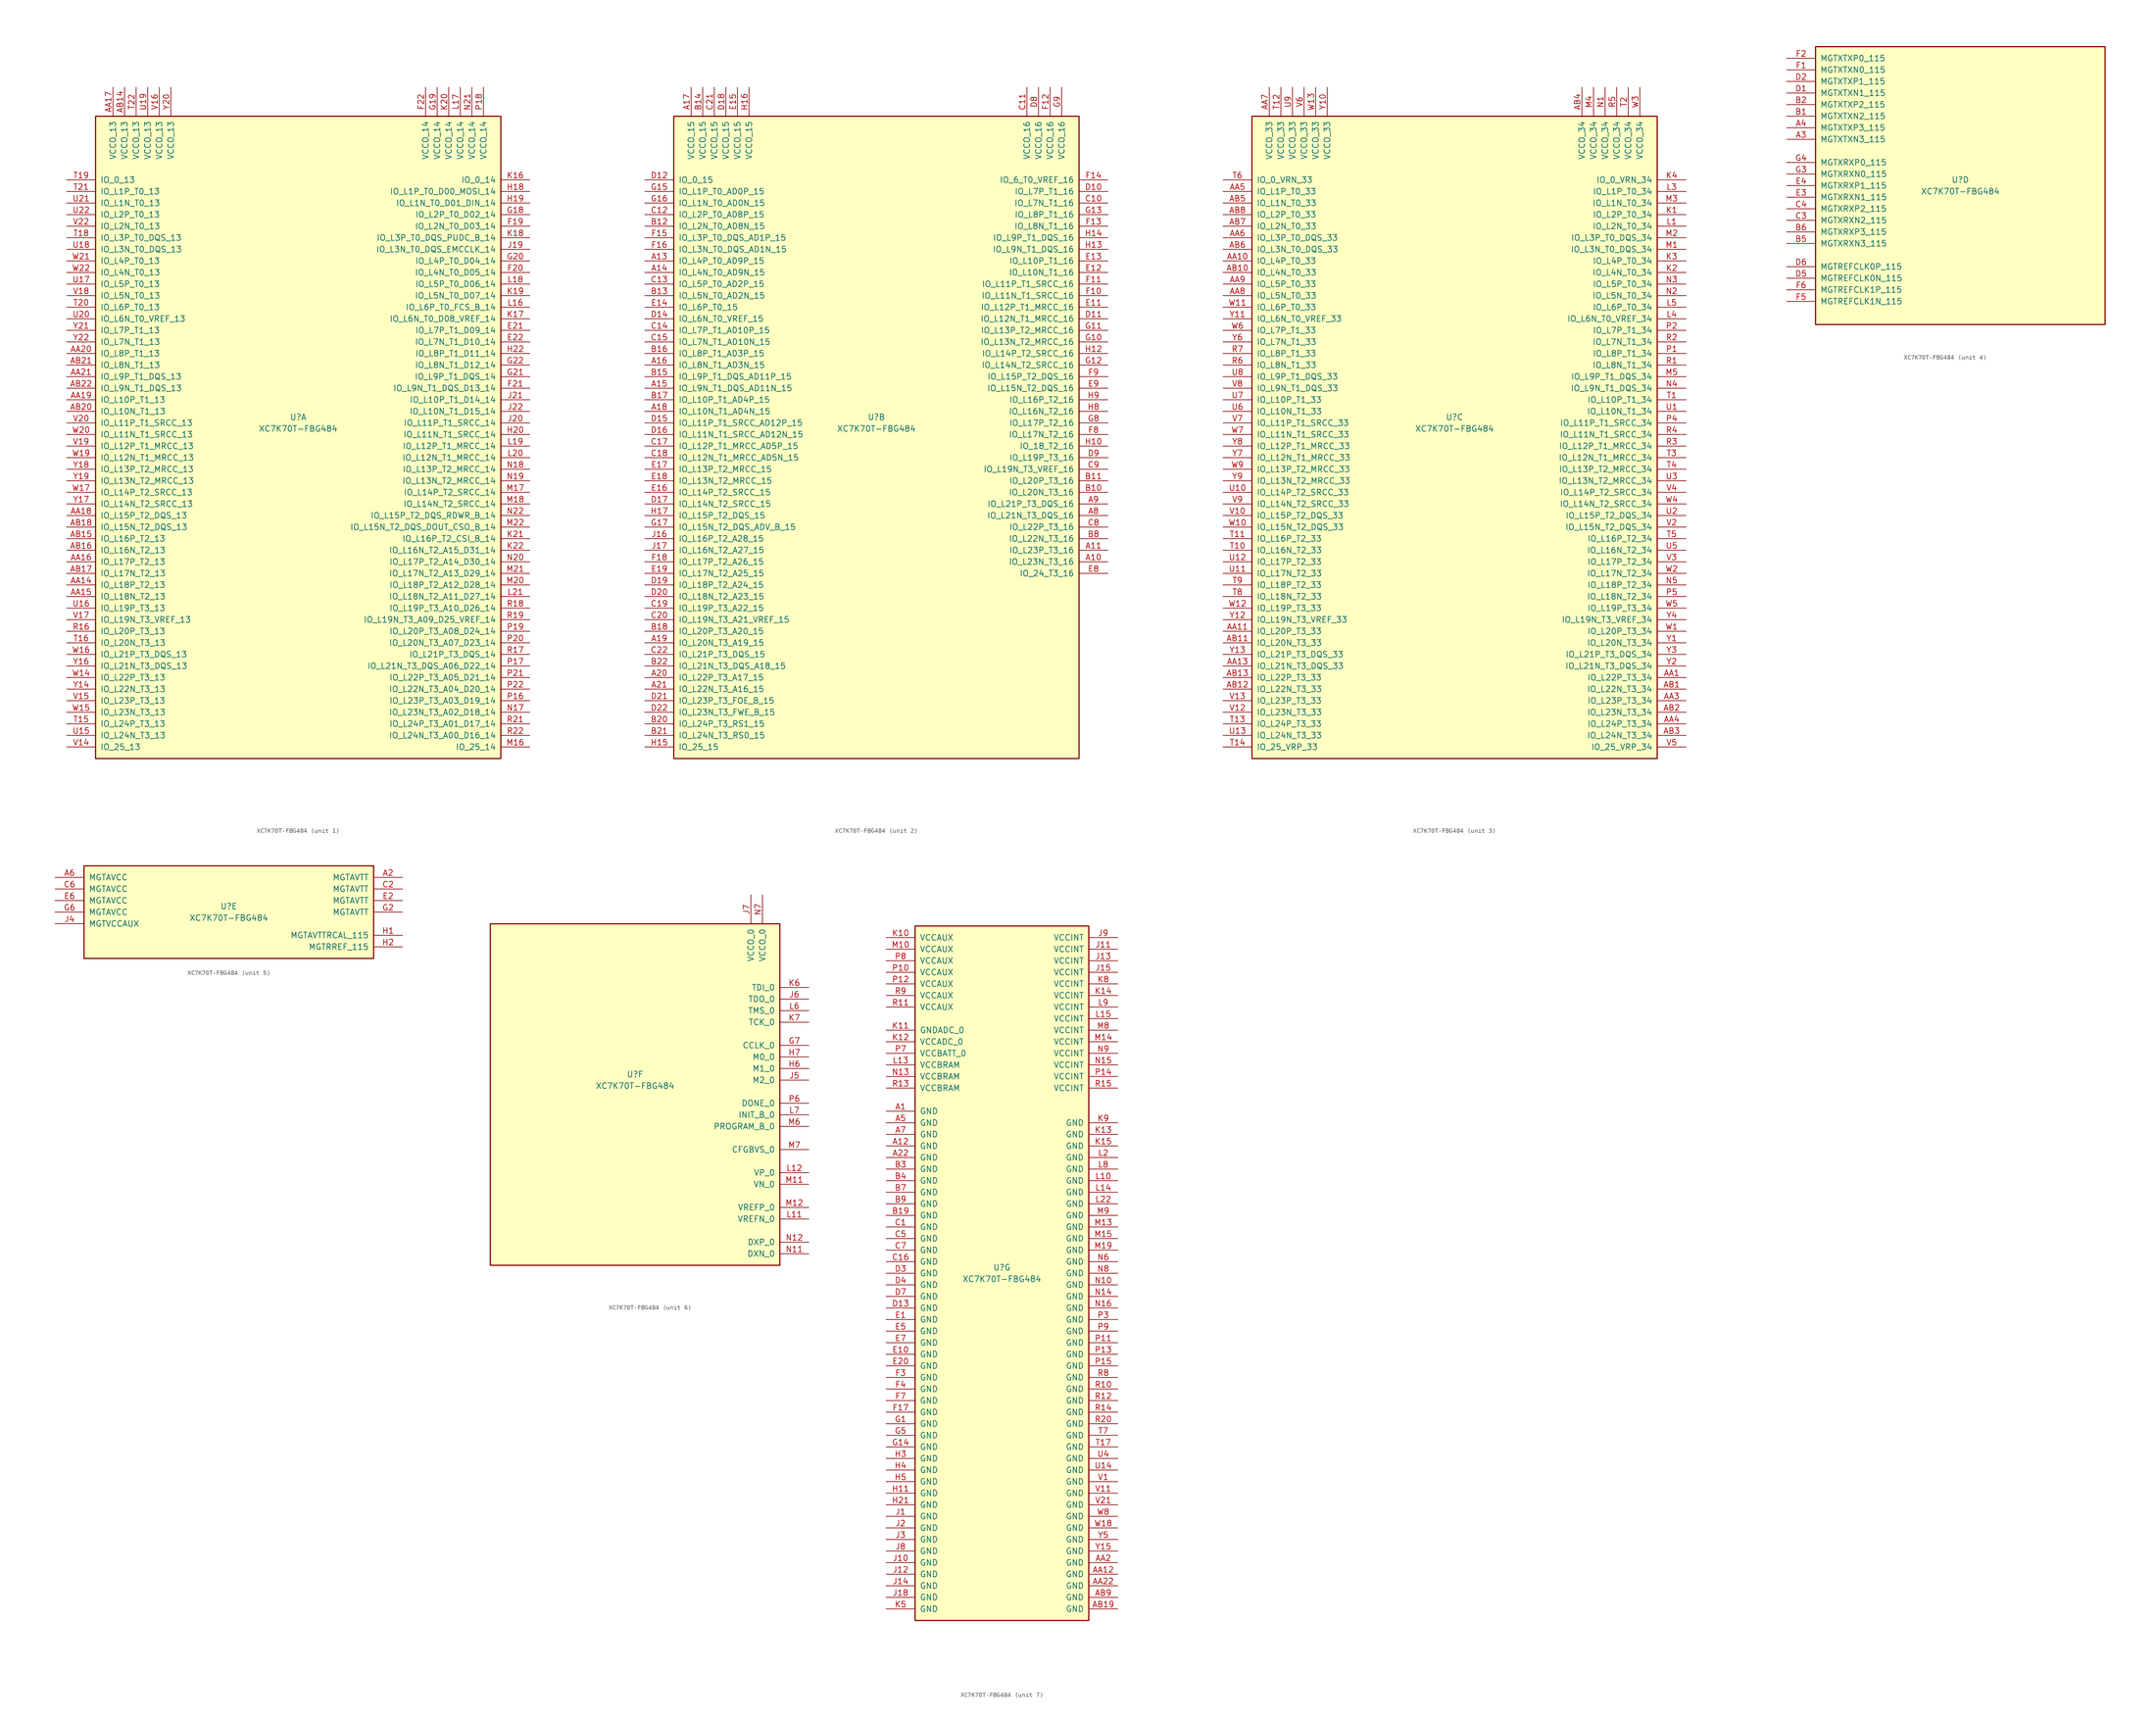
<source format=kicad_sym>
(kicad_symbol_lib
  (version 20201005)
  (generator kicad_symbol_editor)
  (symbol "FPGA_Xilinx_Kintex7:XC7K70T-FBG484"
    (pin_names
      (offset 1.016))
    (property "Reference" "U"
      (at 0 1.27 0)
      (effects (font (size 1.27 1.27))))
    (property "Value" "XC7K70T-FBG484"
      (at 0 -1.27 0)
      (effects (font (size 1.27 1.27))))
    (property "Datasheet" ""
      (at 0 0 0)
      (effects (font (size 1.27 1.27))))
    (property "ki_locked" ""
      (at 0 0 0)
      (effects (font (size 1.27 1.27))))
    (symbol "XC7K70T-FBG484_1_1"
      (rectangle (start -44.45 67.31) (end 44.45 -73.66) (stroke (width 0.254)) (fill (type background)))
      (pin power_in line (at -40.64 73.66 270) (length 6.35) (name "VCCO_13" (effects (font (size 1.27 1.27)))) (number "AA17" (effects (font (size 1.27 1.27)))))
      (pin power_in line (at -38.1 73.66 270) (length 6.35) (name "VCCO_13" (effects (font (size 1.27 1.27)))) (number "AB14" (effects (font (size 1.27 1.27)))))
      (pin power_in line (at -35.56 73.66 270) (length 6.35) (name "VCCO_13" (effects (font (size 1.27 1.27)))) (number "T22" (effects (font (size 1.27 1.27)))))
      (pin power_in line (at -33.02 73.66 270) (length 6.35) (name "VCCO_13" (effects (font (size 1.27 1.27)))) (number "U19" (effects (font (size 1.27 1.27)))))
      (pin power_in line (at -30.48 73.66 270) (length 6.35) (name "VCCO_13" (effects (font (size 1.27 1.27)))) (number "V16" (effects (font (size 1.27 1.27)))))
      (pin power_in line (at -27.94 73.66 270) (length 6.35) (name "VCCO_13" (effects (font (size 1.27 1.27)))) (number "Y20" (effects (font (size 1.27 1.27)))))
      (pin bidirectional line (at -50.8 53.34 0) (length 6.35) (name "IO_0_13" (effects (font (size 1.27 1.27)))) (number "T19" (effects (font (size 1.27 1.27)))))
      (pin bidirectional line (at -50.8 50.8 0) (length 6.35) (name "IO_L1P_T0_13" (effects (font (size 1.27 1.27)))) (number "T21" (effects (font (size 1.27 1.27)))))
      (pin bidirectional line (at -50.8 48.26 0) (length 6.35) (name "IO_L1N_T0_13" (effects (font (size 1.27 1.27)))) (number "U21" (effects (font (size 1.27 1.27)))))
      (pin bidirectional line (at -50.8 45.72 0) (length 6.35) (name "IO_L2P_T0_13" (effects (font (size 1.27 1.27)))) (number "U22" (effects (font (size 1.27 1.27)))))
      (pin bidirectional line (at -50.8 43.18 0) (length 6.35) (name "IO_L2N_T0_13" (effects (font (size 1.27 1.27)))) (number "V22" (effects (font (size 1.27 1.27)))))
      (pin bidirectional line (at -50.8 40.64 0) (length 6.35) (name "IO_L3P_T0_DQS_13" (effects (font (size 1.27 1.27)))) (number "T18" (effects (font (size 1.27 1.27)))))
      (pin bidirectional line (at -50.8 38.1 0) (length 6.35) (name "IO_L3N_T0_DQS_13" (effects (font (size 1.27 1.27)))) (number "U18" (effects (font (size 1.27 1.27)))))
      (pin bidirectional line (at -50.8 35.56 0) (length 6.35) (name "IO_L4P_T0_13" (effects (font (size 1.27 1.27)))) (number "W21" (effects (font (size 1.27 1.27)))))
      (pin bidirectional line (at -50.8 33.02 0) (length 6.35) (name "IO_L4N_T0_13" (effects (font (size 1.27 1.27)))) (number "W22" (effects (font (size 1.27 1.27)))))
      (pin bidirectional line (at -50.8 30.48 0) (length 6.35) (name "IO_L5P_T0_13" (effects (font (size 1.27 1.27)))) (number "U17" (effects (font (size 1.27 1.27)))))
      (pin bidirectional line (at -50.8 27.94 0) (length 6.35) (name "IO_L5N_T0_13" (effects (font (size 1.27 1.27)))) (number "V18" (effects (font (size 1.27 1.27)))))
      (pin bidirectional line (at -50.8 25.4 0) (length 6.35) (name "IO_L6P_T0_13" (effects (font (size 1.27 1.27)))) (number "T20" (effects (font (size 1.27 1.27)))))
      (pin bidirectional line (at -50.8 22.86 0) (length 6.35) (name "IO_L6N_T0_VREF_13" (effects (font (size 1.27 1.27)))) (number "U20" (effects (font (size 1.27 1.27)))))
      (pin bidirectional line (at -50.8 20.32 0) (length 6.35) (name "IO_L7P_T1_13" (effects (font (size 1.27 1.27)))) (number "Y21" (effects (font (size 1.27 1.27)))))
      (pin bidirectional line (at -50.8 17.78 0) (length 6.35) (name "IO_L7N_T1_13" (effects (font (size 1.27 1.27)))) (number "Y22" (effects (font (size 1.27 1.27)))))
      (pin bidirectional line (at -50.8 15.24 0) (length 6.35) (name "IO_L8P_T1_13" (effects (font (size 1.27 1.27)))) (number "AA20" (effects (font (size 1.27 1.27)))))
      (pin bidirectional line (at -50.8 12.7 0) (length 6.35) (name "IO_L8N_T1_13" (effects (font (size 1.27 1.27)))) (number "AB21" (effects (font (size 1.27 1.27)))))
      (pin bidirectional line (at -50.8 10.16 0) (length 6.35) (name "IO_L9P_T1_DQS_13" (effects (font (size 1.27 1.27)))) (number "AA21" (effects (font (size 1.27 1.27)))))
      (pin bidirectional line (at -50.8 7.62 0) (length 6.35) (name "IO_L9N_T1_DQS_13" (effects (font (size 1.27 1.27)))) (number "AB22" (effects (font (size 1.27 1.27)))))
      (pin bidirectional line (at -50.8 5.08 0) (length 6.35) (name "IO_L10P_T1_13" (effects (font (size 1.27 1.27)))) (number "AA19" (effects (font (size 1.27 1.27)))))
      (pin bidirectional line (at -50.8 2.54 0) (length 6.35) (name "IO_L10N_T1_13" (effects (font (size 1.27 1.27)))) (number "AB20" (effects (font (size 1.27 1.27)))))
      (pin bidirectional line (at -50.8 0 0) (length 6.35) (name "IO_L11P_T1_SRCC_13" (effects (font (size 1.27 1.27)))) (number "V20" (effects (font (size 1.27 1.27)))))
      (pin bidirectional line (at -50.8 -2.54 0) (length 6.35) (name "IO_L11N_T1_SRCC_13" (effects (font (size 1.27 1.27)))) (number "W20" (effects (font (size 1.27 1.27)))))
      (pin bidirectional line (at -50.8 -5.08 0) (length 6.35) (name "IO_L12P_T1_MRCC_13" (effects (font (size 1.27 1.27)))) (number "V19" (effects (font (size 1.27 1.27)))))
      (pin bidirectional line (at -50.8 -7.62 0) (length 6.35) (name "IO_L12N_T1_MRCC_13" (effects (font (size 1.27 1.27)))) (number "W19" (effects (font (size 1.27 1.27)))))
      (pin bidirectional line (at -50.8 -10.16 0) (length 6.35) (name "IO_L13P_T2_MRCC_13" (effects (font (size 1.27 1.27)))) (number "Y18" (effects (font (size 1.27 1.27)))))
      (pin bidirectional line (at -50.8 -12.7 0) (length 6.35) (name "IO_L13N_T2_MRCC_13" (effects (font (size 1.27 1.27)))) (number "Y19" (effects (font (size 1.27 1.27)))))
      (pin bidirectional line (at -50.8 -15.24 0) (length 6.35) (name "IO_L14P_T2_SRCC_13" (effects (font (size 1.27 1.27)))) (number "W17" (effects (font (size 1.27 1.27)))))
      (pin bidirectional line (at -50.8 -17.78 0) (length 6.35) (name "IO_L14N_T2_SRCC_13" (effects (font (size 1.27 1.27)))) (number "Y17" (effects (font (size 1.27 1.27)))))
      (pin bidirectional line (at -50.8 -20.32 0) (length 6.35) (name "IO_L15P_T2_DQS_13" (effects (font (size 1.27 1.27)))) (number "AA18" (effects (font (size 1.27 1.27)))))
      (pin bidirectional line (at -50.8 -22.86 0) (length 6.35) (name "IO_L15N_T2_DQS_13" (effects (font (size 1.27 1.27)))) (number "AB18" (effects (font (size 1.27 1.27)))))
      (pin bidirectional line (at -50.8 -25.4 0) (length 6.35) (name "IO_L16P_T2_13" (effects (font (size 1.27 1.27)))) (number "AB15" (effects (font (size 1.27 1.27)))))
      (pin bidirectional line (at -50.8 -27.94 0) (length 6.35) (name "IO_L16N_T2_13" (effects (font (size 1.27 1.27)))) (number "AB16" (effects (font (size 1.27 1.27)))))
      (pin bidirectional line (at -50.8 -30.48 0) (length 6.35) (name "IO_L17P_T2_13" (effects (font (size 1.27 1.27)))) (number "AA16" (effects (font (size 1.27 1.27)))))
      (pin bidirectional line (at -50.8 -33.02 0) (length 6.35) (name "IO_L17N_T2_13" (effects (font (size 1.27 1.27)))) (number "AB17" (effects (font (size 1.27 1.27)))))
      (pin bidirectional line (at -50.8 -35.56 0) (length 6.35) (name "IO_L18P_T2_13" (effects (font (size 1.27 1.27)))) (number "AA14" (effects (font (size 1.27 1.27)))))
      (pin bidirectional line (at -50.8 -38.1 0) (length 6.35) (name "IO_L18N_T2_13" (effects (font (size 1.27 1.27)))) (number "AA15" (effects (font (size 1.27 1.27)))))
      (pin bidirectional line (at -50.8 -40.64 0) (length 6.35) (name "IO_L19P_T3_13" (effects (font (size 1.27 1.27)))) (number "U16" (effects (font (size 1.27 1.27)))))
      (pin bidirectional line (at -50.8 -43.18 0) (length 6.35) (name "IO_L19N_T3_VREF_13" (effects (font (size 1.27 1.27)))) (number "V17" (effects (font (size 1.27 1.27)))))
      (pin bidirectional line (at -50.8 -45.72 0) (length 6.35) (name "IO_L20P_T3_13" (effects (font (size 1.27 1.27)))) (number "R16" (effects (font (size 1.27 1.27)))))
      (pin bidirectional line (at -50.8 -48.26 0) (length 6.35) (name "IO_L20N_T3_13" (effects (font (size 1.27 1.27)))) (number "T16" (effects (font (size 1.27 1.27)))))
      (pin bidirectional line (at -50.8 -50.8 0) (length 6.35) (name "IO_L21P_T3_DQS_13" (effects (font (size 1.27 1.27)))) (number "W16" (effects (font (size 1.27 1.27)))))
      (pin bidirectional line (at -50.8 -53.34 0) (length 6.35) (name "IO_L21N_T3_DQS_13" (effects (font (size 1.27 1.27)))) (number "Y16" (effects (font (size 1.27 1.27)))))
      (pin bidirectional line (at -50.8 -55.88 0) (length 6.35) (name "IO_L22P_T3_13" (effects (font (size 1.27 1.27)))) (number "W14" (effects (font (size 1.27 1.27)))))
      (pin bidirectional line (at -50.8 -58.42 0) (length 6.35) (name "IO_L22N_T3_13" (effects (font (size 1.27 1.27)))) (number "Y14" (effects (font (size 1.27 1.27)))))
      (pin bidirectional line (at -50.8 -60.96 0) (length 6.35) (name "IO_L23P_T3_13" (effects (font (size 1.27 1.27)))) (number "V15" (effects (font (size 1.27 1.27)))))
      (pin bidirectional line (at -50.8 -63.5 0) (length 6.35) (name "IO_L23N_T3_13" (effects (font (size 1.27 1.27)))) (number "W15" (effects (font (size 1.27 1.27)))))
      (pin bidirectional line (at -50.8 -66.04 0) (length 6.35) (name "IO_L24P_T3_13" (effects (font (size 1.27 1.27)))) (number "T15" (effects (font (size 1.27 1.27)))))
      (pin bidirectional line (at -50.8 -68.58 0) (length 6.35) (name "IO_L24N_T3_13" (effects (font (size 1.27 1.27)))) (number "U15" (effects (font (size 1.27 1.27)))))
      (pin bidirectional line (at -50.8 -71.12 0) (length 6.35) (name "IO_25_13" (effects (font (size 1.27 1.27)))) (number "V14" (effects (font (size 1.27 1.27)))))
      (pin power_in line (at 27.94 73.66 270) (length 6.35) (name "VCCO_14" (effects (font (size 1.27 1.27)))) (number "F22" (effects (font (size 1.27 1.27)))))
      (pin power_in line (at 30.48 73.66 270) (length 6.35) (name "VCCO_14" (effects (font (size 1.27 1.27)))) (number "G19" (effects (font (size 1.27 1.27)))))
      (pin power_in line (at 33.02 73.66 270) (length 6.35) (name "VCCO_14" (effects (font (size 1.27 1.27)))) (number "K20" (effects (font (size 1.27 1.27)))))
      (pin power_in line (at 35.56 73.66 270) (length 6.35) (name "VCCO_14" (effects (font (size 1.27 1.27)))) (number "L17" (effects (font (size 1.27 1.27)))))
      (pin power_in line (at 38.1 73.66 270) (length 6.35) (name "VCCO_14" (effects (font (size 1.27 1.27)))) (number "N21" (effects (font (size 1.27 1.27)))))
      (pin power_in line (at 40.64 73.66 270) (length 6.35) (name "VCCO_14" (effects (font (size 1.27 1.27)))) (number "P18" (effects (font (size 1.27 1.27)))))
      (pin bidirectional line (at 50.8 53.34 180) (length 6.35) (name "IO_0_14" (effects (font (size 1.27 1.27)))) (number "K16" (effects (font (size 1.27 1.27)))))
      (pin bidirectional line (at 50.8 50.8 180) (length 6.35) (name "IO_L1P_T0_D00_MOSI_14" (effects (font (size 1.27 1.27)))) (number "H18" (effects (font (size 1.27 1.27)))))
      (pin bidirectional line (at 50.8 48.26 180) (length 6.35) (name "IO_L1N_T0_D01_DIN_14" (effects (font (size 1.27 1.27)))) (number "H19" (effects (font (size 1.27 1.27)))))
      (pin bidirectional line (at 50.8 45.72 180) (length 6.35) (name "IO_L2P_T0_D02_14" (effects (font (size 1.27 1.27)))) (number "G18" (effects (font (size 1.27 1.27)))))
      (pin bidirectional line (at 50.8 43.18 180) (length 6.35) (name "IO_L2N_T0_D03_14" (effects (font (size 1.27 1.27)))) (number "F19" (effects (font (size 1.27 1.27)))))
      (pin bidirectional line (at 50.8 40.64 180) (length 6.35) (name "IO_L3P_T0_DQS_PUDC_B_14" (effects (font (size 1.27 1.27)))) (number "K18" (effects (font (size 1.27 1.27)))))
      (pin bidirectional line (at 50.8 38.1 180) (length 6.35) (name "IO_L3N_T0_DQS_EMCCLK_14" (effects (font (size 1.27 1.27)))) (number "J19" (effects (font (size 1.27 1.27)))))
      (pin bidirectional line (at 50.8 35.56 180) (length 6.35) (name "IO_L4P_T0_D04_14" (effects (font (size 1.27 1.27)))) (number "G20" (effects (font (size 1.27 1.27)))))
      (pin bidirectional line (at 50.8 33.02 180) (length 6.35) (name "IO_L4N_T0_D05_14" (effects (font (size 1.27 1.27)))) (number "F20" (effects (font (size 1.27 1.27)))))
      (pin bidirectional line (at 50.8 30.48 180) (length 6.35) (name "IO_L5P_T0_D06_14" (effects (font (size 1.27 1.27)))) (number "L18" (effects (font (size 1.27 1.27)))))
      (pin bidirectional line (at 50.8 27.94 180) (length 6.35) (name "IO_L5N_T0_D07_14" (effects (font (size 1.27 1.27)))) (number "K19" (effects (font (size 1.27 1.27)))))
      (pin bidirectional line (at 50.8 25.4 180) (length 6.35) (name "IO_L6P_T0_FCS_B_14" (effects (font (size 1.27 1.27)))) (number "L16" (effects (font (size 1.27 1.27)))))
      (pin bidirectional line (at 50.8 22.86 180) (length 6.35) (name "IO_L6N_T0_D08_VREF_14" (effects (font (size 1.27 1.27)))) (number "K17" (effects (font (size 1.27 1.27)))))
      (pin bidirectional line (at 50.8 20.32 180) (length 6.35) (name "IO_L7P_T1_D09_14" (effects (font (size 1.27 1.27)))) (number "E21" (effects (font (size 1.27 1.27)))))
      (pin bidirectional line (at 50.8 17.78 180) (length 6.35) (name "IO_L7N_T1_D10_14" (effects (font (size 1.27 1.27)))) (number "E22" (effects (font (size 1.27 1.27)))))
      (pin bidirectional line (at 50.8 15.24 180) (length 6.35) (name "IO_L8P_T1_D11_14" (effects (font (size 1.27 1.27)))) (number "H22" (effects (font (size 1.27 1.27)))))
      (pin bidirectional line (at 50.8 12.7 180) (length 6.35) (name "IO_L8N_T1_D12_14" (effects (font (size 1.27 1.27)))) (number "G22" (effects (font (size 1.27 1.27)))))
      (pin bidirectional line (at 50.8 10.16 180) (length 6.35) (name "IO_L9P_T1_DQS_14" (effects (font (size 1.27 1.27)))) (number "G21" (effects (font (size 1.27 1.27)))))
      (pin bidirectional line (at 50.8 7.62 180) (length 6.35) (name "IO_L9N_T1_DQS_D13_14" (effects (font (size 1.27 1.27)))) (number "F21" (effects (font (size 1.27 1.27)))))
      (pin bidirectional line (at 50.8 5.08 180) (length 6.35) (name "IO_L10P_T1_D14_14" (effects (font (size 1.27 1.27)))) (number "J21" (effects (font (size 1.27 1.27)))))
      (pin bidirectional line (at 50.8 2.54 180) (length 6.35) (name "IO_L10N_T1_D15_14" (effects (font (size 1.27 1.27)))) (number "J22" (effects (font (size 1.27 1.27)))))
      (pin bidirectional line (at 50.8 0 180) (length 6.35) (name "IO_L11P_T1_SRCC_14" (effects (font (size 1.27 1.27)))) (number "J20" (effects (font (size 1.27 1.27)))))
      (pin bidirectional line (at 50.8 -2.54 180) (length 6.35) (name "IO_L11N_T1_SRCC_14" (effects (font (size 1.27 1.27)))) (number "H20" (effects (font (size 1.27 1.27)))))
      (pin bidirectional line (at 50.8 -5.08 180) (length 6.35) (name "IO_L12P_T1_MRCC_14" (effects (font (size 1.27 1.27)))) (number "L19" (effects (font (size 1.27 1.27)))))
      (pin bidirectional line (at 50.8 -7.62 180) (length 6.35) (name "IO_L12N_T1_MRCC_14" (effects (font (size 1.27 1.27)))) (number "L20" (effects (font (size 1.27 1.27)))))
      (pin bidirectional line (at 50.8 -10.16 180) (length 6.35) (name "IO_L13P_T2_MRCC_14" (effects (font (size 1.27 1.27)))) (number "N18" (effects (font (size 1.27 1.27)))))
      (pin bidirectional line (at 50.8 -12.7 180) (length 6.35) (name "IO_L13N_T2_MRCC_14" (effects (font (size 1.27 1.27)))) (number "N19" (effects (font (size 1.27 1.27)))))
      (pin bidirectional line (at 50.8 -15.24 180) (length 6.35) (name "IO_L14P_T2_SRCC_14" (effects (font (size 1.27 1.27)))) (number "M17" (effects (font (size 1.27 1.27)))))
      (pin bidirectional line (at 50.8 -17.78 180) (length 6.35) (name "IO_L14N_T2_SRCC_14" (effects (font (size 1.27 1.27)))) (number "M18" (effects (font (size 1.27 1.27)))))
      (pin bidirectional line (at 50.8 -20.32 180) (length 6.35) (name "IO_L15P_T2_DQS_RDWR_B_14" (effects (font (size 1.27 1.27)))) (number "N22" (effects (font (size 1.27 1.27)))))
      (pin bidirectional line (at 50.8 -22.86 180) (length 6.35) (name "IO_L15N_T2_DQS_DOUT_CSO_B_14" (effects (font (size 1.27 1.27)))) (number "M22" (effects (font (size 1.27 1.27)))))
      (pin bidirectional line (at 50.8 -25.4 180) (length 6.35) (name "IO_L16P_T2_CSI_B_14" (effects (font (size 1.27 1.27)))) (number "K21" (effects (font (size 1.27 1.27)))))
      (pin bidirectional line (at 50.8 -27.94 180) (length 6.35) (name "IO_L16N_T2_A15_D31_14" (effects (font (size 1.27 1.27)))) (number "K22" (effects (font (size 1.27 1.27)))))
      (pin bidirectional line (at 50.8 -30.48 180) (length 6.35) (name "IO_L17P_T2_A14_D30_14" (effects (font (size 1.27 1.27)))) (number "N20" (effects (font (size 1.27 1.27)))))
      (pin bidirectional line (at 50.8 -33.02 180) (length 6.35) (name "IO_L17N_T2_A13_D29_14" (effects (font (size 1.27 1.27)))) (number "M21" (effects (font (size 1.27 1.27)))))
      (pin bidirectional line (at 50.8 -35.56 180) (length 6.35) (name "IO_L18P_T2_A12_D28_14" (effects (font (size 1.27 1.27)))) (number "M20" (effects (font (size 1.27 1.27)))))
      (pin bidirectional line (at 50.8 -38.1 180) (length 6.35) (name "IO_L18N_T2_A11_D27_14" (effects (font (size 1.27 1.27)))) (number "L21" (effects (font (size 1.27 1.27)))))
      (pin bidirectional line (at 50.8 -40.64 180) (length 6.35) (name "IO_L19P_T3_A10_D26_14" (effects (font (size 1.27 1.27)))) (number "R18" (effects (font (size 1.27 1.27)))))
      (pin bidirectional line (at 50.8 -43.18 180) (length 6.35) (name "IO_L19N_T3_A09_D25_VREF_14" (effects (font (size 1.27 1.27)))) (number "R19" (effects (font (size 1.27 1.27)))))
      (pin bidirectional line (at 50.8 -45.72 180) (length 6.35) (name "IO_L20P_T3_A08_D24_14" (effects (font (size 1.27 1.27)))) (number "P19" (effects (font (size 1.27 1.27)))))
      (pin bidirectional line (at 50.8 -48.26 180) (length 6.35) (name "IO_L20N_T3_A07_D23_14" (effects (font (size 1.27 1.27)))) (number "P20" (effects (font (size 1.27 1.27)))))
      (pin bidirectional line (at 50.8 -50.8 180) (length 6.35) (name "IO_L21P_T3_DQS_14" (effects (font (size 1.27 1.27)))) (number "R17" (effects (font (size 1.27 1.27)))))
      (pin bidirectional line (at 50.8 -53.34 180) (length 6.35) (name "IO_L21N_T3_DQS_A06_D22_14" (effects (font (size 1.27 1.27)))) (number "P17" (effects (font (size 1.27 1.27)))))
      (pin bidirectional line (at 50.8 -55.88 180) (length 6.35) (name "IO_L22P_T3_A05_D21_14" (effects (font (size 1.27 1.27)))) (number "P21" (effects (font (size 1.27 1.27)))))
      (pin bidirectional line (at 50.8 -58.42 180) (length 6.35) (name "IO_L22N_T3_A04_D20_14" (effects (font (size 1.27 1.27)))) (number "P22" (effects (font (size 1.27 1.27)))))
      (pin bidirectional line (at 50.8 -60.96 180) (length 6.35) (name "IO_L23P_T3_A03_D19_14" (effects (font (size 1.27 1.27)))) (number "P16" (effects (font (size 1.27 1.27)))))
      (pin bidirectional line (at 50.8 -63.5 180) (length 6.35) (name "IO_L23N_T3_A02_D18_14" (effects (font (size 1.27 1.27)))) (number "N17" (effects (font (size 1.27 1.27)))))
      (pin bidirectional line (at 50.8 -66.04 180) (length 6.35) (name "IO_L24P_T3_A01_D17_14" (effects (font (size 1.27 1.27)))) (number "R21" (effects (font (size 1.27 1.27)))))
      (pin bidirectional line (at 50.8 -68.58 180) (length 6.35) (name "IO_L24N_T3_A00_D16_14" (effects (font (size 1.27 1.27)))) (number "R22" (effects (font (size 1.27 1.27)))))
      (pin bidirectional line (at 50.8 -71.12 180) (length 6.35) (name "IO_25_14" (effects (font (size 1.27 1.27)))) (number "M16" (effects (font (size 1.27 1.27))))))
    (symbol "XC7K70T-FBG484_2_1"
      (rectangle (start -44.45 67.31) (end 44.45 -73.66) (stroke (width 0.254)) (fill (type background)))
      (pin power_in line (at -40.64 73.66 270) (length 6.35) (name "VCCO_15" (effects (font (size 1.27 1.27)))) (number "A17" (effects (font (size 1.27 1.27)))))
      (pin power_in line (at -38.1 73.66 270) (length 6.35) (name "VCCO_15" (effects (font (size 1.27 1.27)))) (number "B14" (effects (font (size 1.27 1.27)))))
      (pin power_in line (at -35.56 73.66 270) (length 6.35) (name "VCCO_15" (effects (font (size 1.27 1.27)))) (number "C21" (effects (font (size 1.27 1.27)))))
      (pin power_in line (at -33.02 73.66 270) (length 6.35) (name "VCCO_15" (effects (font (size 1.27 1.27)))) (number "D18" (effects (font (size 1.27 1.27)))))
      (pin power_in line (at -30.48 73.66 270) (length 6.35) (name "VCCO_15" (effects (font (size 1.27 1.27)))) (number "E15" (effects (font (size 1.27 1.27)))))
      (pin power_in line (at -27.94 73.66 270) (length 6.35) (name "VCCO_15" (effects (font (size 1.27 1.27)))) (number "H16" (effects (font (size 1.27 1.27)))))
      (pin bidirectional line (at -50.8 53.34 0) (length 6.35) (name "IO_0_15" (effects (font (size 1.27 1.27)))) (number "D12" (effects (font (size 1.27 1.27)))))
      (pin bidirectional line (at -50.8 50.8 0) (length 6.35) (name "IO_L1P_T0_AD0P_15" (effects (font (size 1.27 1.27)))) (number "G15" (effects (font (size 1.27 1.27)))))
      (pin bidirectional line (at -50.8 48.26 0) (length 6.35) (name "IO_L1N_T0_AD0N_15" (effects (font (size 1.27 1.27)))) (number "G16" (effects (font (size 1.27 1.27)))))
      (pin bidirectional line (at -50.8 45.72 0) (length 6.35) (name "IO_L2P_T0_AD8P_15" (effects (font (size 1.27 1.27)))) (number "C12" (effects (font (size 1.27 1.27)))))
      (pin bidirectional line (at -50.8 43.18 0) (length 6.35) (name "IO_L2N_T0_AD8N_15" (effects (font (size 1.27 1.27)))) (number "B12" (effects (font (size 1.27 1.27)))))
      (pin bidirectional line (at -50.8 40.64 0) (length 6.35) (name "IO_L3P_T0_DQS_AD1P_15" (effects (font (size 1.27 1.27)))) (number "F15" (effects (font (size 1.27 1.27)))))
      (pin bidirectional line (at -50.8 38.1 0) (length 6.35) (name "IO_L3N_T0_DQS_AD1N_15" (effects (font (size 1.27 1.27)))) (number "F16" (effects (font (size 1.27 1.27)))))
      (pin bidirectional line (at -50.8 35.56 0) (length 6.35) (name "IO_L4P_T0_AD9P_15" (effects (font (size 1.27 1.27)))) (number "A13" (effects (font (size 1.27 1.27)))))
      (pin bidirectional line (at -50.8 33.02 0) (length 6.35) (name "IO_L4N_T0_AD9N_15" (effects (font (size 1.27 1.27)))) (number "A14" (effects (font (size 1.27 1.27)))))
      (pin bidirectional line (at -50.8 30.48 0) (length 6.35) (name "IO_L5P_T0_AD2P_15" (effects (font (size 1.27 1.27)))) (number "C13" (effects (font (size 1.27 1.27)))))
      (pin bidirectional line (at -50.8 27.94 0) (length 6.35) (name "IO_L5N_T0_AD2N_15" (effects (font (size 1.27 1.27)))) (number "B13" (effects (font (size 1.27 1.27)))))
      (pin bidirectional line (at -50.8 25.4 0) (length 6.35) (name "IO_L6P_T0_15" (effects (font (size 1.27 1.27)))) (number "E14" (effects (font (size 1.27 1.27)))))
      (pin bidirectional line (at -50.8 22.86 0) (length 6.35) (name "IO_L6N_T0_VREF_15" (effects (font (size 1.27 1.27)))) (number "D14" (effects (font (size 1.27 1.27)))))
      (pin bidirectional line (at -50.8 20.32 0) (length 6.35) (name "IO_L7P_T1_AD10P_15" (effects (font (size 1.27 1.27)))) (number "C14" (effects (font (size 1.27 1.27)))))
      (pin bidirectional line (at -50.8 17.78 0) (length 6.35) (name "IO_L7N_T1_AD10N_15" (effects (font (size 1.27 1.27)))) (number "C15" (effects (font (size 1.27 1.27)))))
      (pin bidirectional line (at -50.8 15.24 0) (length 6.35) (name "IO_L8P_T1_AD3P_15" (effects (font (size 1.27 1.27)))) (number "B16" (effects (font (size 1.27 1.27)))))
      (pin bidirectional line (at -50.8 12.7 0) (length 6.35) (name "IO_L8N_T1_AD3N_15" (effects (font (size 1.27 1.27)))) (number "A16" (effects (font (size 1.27 1.27)))))
      (pin bidirectional line (at -50.8 10.16 0) (length 6.35) (name "IO_L9P_T1_DQS_AD11P_15" (effects (font (size 1.27 1.27)))) (number "B15" (effects (font (size 1.27 1.27)))))
      (pin bidirectional line (at -50.8 7.62 0) (length 6.35) (name "IO_L9N_T1_DQS_AD11N_15" (effects (font (size 1.27 1.27)))) (number "A15" (effects (font (size 1.27 1.27)))))
      (pin bidirectional line (at -50.8 5.08 0) (length 6.35) (name "IO_L10P_T1_AD4P_15" (effects (font (size 1.27 1.27)))) (number "B17" (effects (font (size 1.27 1.27)))))
      (pin bidirectional line (at -50.8 2.54 0) (length 6.35) (name "IO_L10N_T1_AD4N_15" (effects (font (size 1.27 1.27)))) (number "A18" (effects (font (size 1.27 1.27)))))
      (pin bidirectional line (at -50.8 0 0) (length 6.35) (name "IO_L11P_T1_SRCC_AD12P_15" (effects (font (size 1.27 1.27)))) (number "D15" (effects (font (size 1.27 1.27)))))
      (pin bidirectional line (at -50.8 -2.54 0) (length 6.35) (name "IO_L11N_T1_SRCC_AD12N_15" (effects (font (size 1.27 1.27)))) (number "D16" (effects (font (size 1.27 1.27)))))
      (pin bidirectional line (at -50.8 -5.08 0) (length 6.35) (name "IO_L12P_T1_MRCC_AD5P_15" (effects (font (size 1.27 1.27)))) (number "C17" (effects (font (size 1.27 1.27)))))
      (pin bidirectional line (at -50.8 -7.62 0) (length 6.35) (name "IO_L12N_T1_MRCC_AD5N_15" (effects (font (size 1.27 1.27)))) (number "C18" (effects (font (size 1.27 1.27)))))
      (pin bidirectional line (at -50.8 -10.16 0) (length 6.35) (name "IO_L13P_T2_MRCC_15" (effects (font (size 1.27 1.27)))) (number "E17" (effects (font (size 1.27 1.27)))))
      (pin bidirectional line (at -50.8 -12.7 0) (length 6.35) (name "IO_L13N_T2_MRCC_15" (effects (font (size 1.27 1.27)))) (number "E18" (effects (font (size 1.27 1.27)))))
      (pin bidirectional line (at -50.8 -15.24 0) (length 6.35) (name "IO_L14P_T2_SRCC_15" (effects (font (size 1.27 1.27)))) (number "E16" (effects (font (size 1.27 1.27)))))
      (pin bidirectional line (at -50.8 -17.78 0) (length 6.35) (name "IO_L14N_T2_SRCC_15" (effects (font (size 1.27 1.27)))) (number "D17" (effects (font (size 1.27 1.27)))))
      (pin bidirectional line (at -50.8 -20.32 0) (length 6.35) (name "IO_L15P_T2_DQS_15" (effects (font (size 1.27 1.27)))) (number "H17" (effects (font (size 1.27 1.27)))))
      (pin bidirectional line (at -50.8 -22.86 0) (length 6.35) (name "IO_L15N_T2_DQS_ADV_B_15" (effects (font (size 1.27 1.27)))) (number "G17" (effects (font (size 1.27 1.27)))))
      (pin bidirectional line (at -50.8 -25.4 0) (length 6.35) (name "IO_L16P_T2_A28_15" (effects (font (size 1.27 1.27)))) (number "J16" (effects (font (size 1.27 1.27)))))
      (pin bidirectional line (at -50.8 -27.94 0) (length 6.35) (name "IO_L16N_T2_A27_15" (effects (font (size 1.27 1.27)))) (number "J17" (effects (font (size 1.27 1.27)))))
      (pin bidirectional line (at -50.8 -30.48 0) (length 6.35) (name "IO_L17P_T2_A26_15" (effects (font (size 1.27 1.27)))) (number "F18" (effects (font (size 1.27 1.27)))))
      (pin bidirectional line (at -50.8 -33.02 0) (length 6.35) (name "IO_L17N_T2_A25_15" (effects (font (size 1.27 1.27)))) (number "E19" (effects (font (size 1.27 1.27)))))
      (pin bidirectional line (at -50.8 -35.56 0) (length 6.35) (name "IO_L18P_T2_A24_15" (effects (font (size 1.27 1.27)))) (number "D19" (effects (font (size 1.27 1.27)))))
      (pin bidirectional line (at -50.8 -38.1 0) (length 6.35) (name "IO_L18N_T2_A23_15" (effects (font (size 1.27 1.27)))) (number "D20" (effects (font (size 1.27 1.27)))))
      (pin bidirectional line (at -50.8 -40.64 0) (length 6.35) (name "IO_L19P_T3_A22_15" (effects (font (size 1.27 1.27)))) (number "C19" (effects (font (size 1.27 1.27)))))
      (pin bidirectional line (at -50.8 -43.18 0) (length 6.35) (name "IO_L19N_T3_A21_VREF_15" (effects (font (size 1.27 1.27)))) (number "C20" (effects (font (size 1.27 1.27)))))
      (pin bidirectional line (at -50.8 -45.72 0) (length 6.35) (name "IO_L20P_T3_A20_15" (effects (font (size 1.27 1.27)))) (number "B18" (effects (font (size 1.27 1.27)))))
      (pin bidirectional line (at -50.8 -48.26 0) (length 6.35) (name "IO_L20N_T3_A19_15" (effects (font (size 1.27 1.27)))) (number "A19" (effects (font (size 1.27 1.27)))))
      (pin bidirectional line (at -50.8 -50.8 0) (length 6.35) (name "IO_L21P_T3_DQS_15" (effects (font (size 1.27 1.27)))) (number "C22" (effects (font (size 1.27 1.27)))))
      (pin bidirectional line (at -50.8 -53.34 0) (length 6.35) (name "IO_L21N_T3_DQS_A18_15" (effects (font (size 1.27 1.27)))) (number "B22" (effects (font (size 1.27 1.27)))))
      (pin bidirectional line (at -50.8 -55.88 0) (length 6.35) (name "IO_L22P_T3_A17_15" (effects (font (size 1.27 1.27)))) (number "A20" (effects (font (size 1.27 1.27)))))
      (pin bidirectional line (at -50.8 -58.42 0) (length 6.35) (name "IO_L22N_T3_A16_15" (effects (font (size 1.27 1.27)))) (number "A21" (effects (font (size 1.27 1.27)))))
      (pin bidirectional line (at -50.8 -60.96 0) (length 6.35) (name "IO_L23P_T3_FOE_B_15" (effects (font (size 1.27 1.27)))) (number "D21" (effects (font (size 1.27 1.27)))))
      (pin bidirectional line (at -50.8 -63.5 0) (length 6.35) (name "IO_L23N_T3_FWE_B_15" (effects (font (size 1.27 1.27)))) (number "D22" (effects (font (size 1.27 1.27)))))
      (pin bidirectional line (at -50.8 -66.04 0) (length 6.35) (name "IO_L24P_T3_RS1_15" (effects (font (size 1.27 1.27)))) (number "B20" (effects (font (size 1.27 1.27)))))
      (pin bidirectional line (at -50.8 -68.58 0) (length 6.35) (name "IO_L24N_T3_RS0_15" (effects (font (size 1.27 1.27)))) (number "B21" (effects (font (size 1.27 1.27)))))
      (pin bidirectional line (at -50.8 -71.12 0) (length 6.35) (name "IO_25_15" (effects (font (size 1.27 1.27)))) (number "H15" (effects (font (size 1.27 1.27)))))
      (pin power_in line (at 33.02 73.66 270) (length 6.35) (name "VCCO_16" (effects (font (size 1.27 1.27)))) (number "C11" (effects (font (size 1.27 1.27)))))
      (pin power_in line (at 35.56 73.66 270) (length 6.35) (name "VCCO_16" (effects (font (size 1.27 1.27)))) (number "D8" (effects (font (size 1.27 1.27)))))
      (pin power_in line (at 38.1 73.66 270) (length 6.35) (name "VCCO_16" (effects (font (size 1.27 1.27)))) (number "F12" (effects (font (size 1.27 1.27)))))
      (pin power_in line (at 40.64 73.66 270) (length 6.35) (name "VCCO_16" (effects (font (size 1.27 1.27)))) (number "G9" (effects (font (size 1.27 1.27)))))
      (pin bidirectional line (at 50.8 53.34 180) (length 6.35) (name "IO_6_T0_VREF_16" (effects (font (size 1.27 1.27)))) (number "F14" (effects (font (size 1.27 1.27)))))
      (pin bidirectional line (at 50.8 50.8 180) (length 6.35) (name "IO_L7P_T1_16" (effects (font (size 1.27 1.27)))) (number "D10" (effects (font (size 1.27 1.27)))))
      (pin bidirectional line (at 50.8 48.26 180) (length 6.35) (name "IO_L7N_T1_16" (effects (font (size 1.27 1.27)))) (number "C10" (effects (font (size 1.27 1.27)))))
      (pin bidirectional line (at 50.8 45.72 180) (length 6.35) (name "IO_L8P_T1_16" (effects (font (size 1.27 1.27)))) (number "G13" (effects (font (size 1.27 1.27)))))
      (pin bidirectional line (at 50.8 43.18 180) (length 6.35) (name "IO_L8N_T1_16" (effects (font (size 1.27 1.27)))) (number "F13" (effects (font (size 1.27 1.27)))))
      (pin bidirectional line (at 50.8 40.64 180) (length 6.35) (name "IO_L9P_T1_DQS_16" (effects (font (size 1.27 1.27)))) (number "H14" (effects (font (size 1.27 1.27)))))
      (pin bidirectional line (at 50.8 38.1 180) (length 6.35) (name "IO_L9N_T1_DQS_16" (effects (font (size 1.27 1.27)))) (number "H13" (effects (font (size 1.27 1.27)))))
      (pin bidirectional line (at 50.8 35.56 180) (length 6.35) (name "IO_L10P_T1_16" (effects (font (size 1.27 1.27)))) (number "E13" (effects (font (size 1.27 1.27)))))
      (pin bidirectional line (at 50.8 33.02 180) (length 6.35) (name "IO_L10N_T1_16" (effects (font (size 1.27 1.27)))) (number "E12" (effects (font (size 1.27 1.27)))))
      (pin bidirectional line (at 50.8 30.48 180) (length 6.35) (name "IO_L11P_T1_SRCC_16" (effects (font (size 1.27 1.27)))) (number "F11" (effects (font (size 1.27 1.27)))))
      (pin bidirectional line (at 50.8 27.94 180) (length 6.35) (name "IO_L11N_T1_SRCC_16" (effects (font (size 1.27 1.27)))) (number "F10" (effects (font (size 1.27 1.27)))))
      (pin bidirectional line (at 50.8 25.4 180) (length 6.35) (name "IO_L12P_T1_MRCC_16" (effects (font (size 1.27 1.27)))) (number "E11" (effects (font (size 1.27 1.27)))))
      (pin bidirectional line (at 50.8 22.86 180) (length 6.35) (name "IO_L12N_T1_MRCC_16" (effects (font (size 1.27 1.27)))) (number "D11" (effects (font (size 1.27 1.27)))))
      (pin bidirectional line (at 50.8 20.32 180) (length 6.35) (name "IO_L13P_T2_MRCC_16" (effects (font (size 1.27 1.27)))) (number "G11" (effects (font (size 1.27 1.27)))))
      (pin bidirectional line (at 50.8 17.78 180) (length 6.35) (name "IO_L13N_T2_MRCC_16" (effects (font (size 1.27 1.27)))) (number "G10" (effects (font (size 1.27 1.27)))))
      (pin bidirectional line (at 50.8 15.24 180) (length 6.35) (name "IO_L14P_T2_SRCC_16" (effects (font (size 1.27 1.27)))) (number "H12" (effects (font (size 1.27 1.27)))))
      (pin bidirectional line (at 50.8 12.7 180) (length 6.35) (name "IO_L14N_T2_SRCC_16" (effects (font (size 1.27 1.27)))) (number "G12" (effects (font (size 1.27 1.27)))))
      (pin bidirectional line (at 50.8 10.16 180) (length 6.35) (name "IO_L15P_T2_DQS_16" (effects (font (size 1.27 1.27)))) (number "F9" (effects (font (size 1.27 1.27)))))
      (pin bidirectional line (at 50.8 7.62 180) (length 6.35) (name "IO_L15N_T2_DQS_16" (effects (font (size 1.27 1.27)))) (number "E9" (effects (font (size 1.27 1.27)))))
      (pin bidirectional line (at 50.8 5.08 180) (length 6.35) (name "IO_L16P_T2_16" (effects (font (size 1.27 1.27)))) (number "H9" (effects (font (size 1.27 1.27)))))
      (pin bidirectional line (at 50.8 2.54 180) (length 6.35) (name "IO_L16N_T2_16" (effects (font (size 1.27 1.27)))) (number "H8" (effects (font (size 1.27 1.27)))))
      (pin bidirectional line (at 50.8 0 180) (length 6.35) (name "IO_L17P_T2_16" (effects (font (size 1.27 1.27)))) (number "G8" (effects (font (size 1.27 1.27)))))
      (pin bidirectional line (at 50.8 -2.54 180) (length 6.35) (name "IO_L17N_T2_16" (effects (font (size 1.27 1.27)))) (number "F8" (effects (font (size 1.27 1.27)))))
      (pin bidirectional line (at 50.8 -5.08 180) (length 6.35) (name "IO_18_T2_16" (effects (font (size 1.27 1.27)))) (number "H10" (effects (font (size 1.27 1.27)))))
      (pin bidirectional line (at 50.8 -7.62 180) (length 6.35) (name "IO_L19P_T3_16" (effects (font (size 1.27 1.27)))) (number "D9" (effects (font (size 1.27 1.27)))))
      (pin bidirectional line (at 50.8 -10.16 180) (length 6.35) (name "IO_L19N_T3_VREF_16" (effects (font (size 1.27 1.27)))) (number "C9" (effects (font (size 1.27 1.27)))))
      (pin bidirectional line (at 50.8 -12.7 180) (length 6.35) (name "IO_L20P_T3_16" (effects (font (size 1.27 1.27)))) (number "B11" (effects (font (size 1.27 1.27)))))
      (pin bidirectional line (at 50.8 -15.24 180) (length 6.35) (name "IO_L20N_T3_16" (effects (font (size 1.27 1.27)))) (number "B10" (effects (font (size 1.27 1.27)))))
      (pin bidirectional line (at 50.8 -17.78 180) (length 6.35) (name "IO_L21P_T3_DQS_16" (effects (font (size 1.27 1.27)))) (number "A9" (effects (font (size 1.27 1.27)))))
      (pin bidirectional line (at 50.8 -20.32 180) (length 6.35) (name "IO_L21N_T3_DQS_16" (effects (font (size 1.27 1.27)))) (number "A8" (effects (font (size 1.27 1.27)))))
      (pin bidirectional line (at 50.8 -22.86 180) (length 6.35) (name "IO_L22P_T3_16" (effects (font (size 1.27 1.27)))) (number "C8" (effects (font (size 1.27 1.27)))))
      (pin bidirectional line (at 50.8 -25.4 180) (length 6.35) (name "IO_L22N_T3_16" (effects (font (size 1.27 1.27)))) (number "B8" (effects (font (size 1.27 1.27)))))
      (pin bidirectional line (at 50.8 -27.94 180) (length 6.35) (name "IO_L23P_T3_16" (effects (font (size 1.27 1.27)))) (number "A11" (effects (font (size 1.27 1.27)))))
      (pin bidirectional line (at 50.8 -30.48 180) (length 6.35) (name "IO_L23N_T3_16" (effects (font (size 1.27 1.27)))) (number "A10" (effects (font (size 1.27 1.27)))))
      (pin bidirectional line (at 50.8 -33.02 180) (length 6.35) (name "IO_24_T3_16" (effects (font (size 1.27 1.27)))) (number "E8" (effects (font (size 1.27 1.27))))))
    (symbol "XC7K70T-FBG484_3_1"
      (rectangle (start -44.45 67.31) (end 44.45 -73.66) (stroke (width 0.254)) (fill (type background)))
      (pin power_in line (at -40.64 73.66 270) (length 6.35) (name "VCCO_33" (effects (font (size 1.27 1.27)))) (number "AA7" (effects (font (size 1.27 1.27)))))
      (pin power_in line (at -38.1 73.66 270) (length 6.35) (name "VCCO_33" (effects (font (size 1.27 1.27)))) (number "T12" (effects (font (size 1.27 1.27)))))
      (pin power_in line (at -35.56 73.66 270) (length 6.35) (name "VCCO_33" (effects (font (size 1.27 1.27)))) (number "U9" (effects (font (size 1.27 1.27)))))
      (pin power_in line (at -33.02 73.66 270) (length 6.35) (name "VCCO_33" (effects (font (size 1.27 1.27)))) (number "V6" (effects (font (size 1.27 1.27)))))
      (pin power_in line (at -30.48 73.66 270) (length 6.35) (name "VCCO_33" (effects (font (size 1.27 1.27)))) (number "W13" (effects (font (size 1.27 1.27)))))
      (pin power_in line (at -27.94 73.66 270) (length 6.35) (name "VCCO_33" (effects (font (size 1.27 1.27)))) (number "Y10" (effects (font (size 1.27 1.27)))))
      (pin bidirectional line (at -50.8 53.34 0) (length 6.35) (name "IO_0_VRN_33" (effects (font (size 1.27 1.27)))) (number "T6" (effects (font (size 1.27 1.27)))))
      (pin bidirectional line (at -50.8 50.8 0) (length 6.35) (name "IO_L1P_T0_33" (effects (font (size 1.27 1.27)))) (number "AA5" (effects (font (size 1.27 1.27)))))
      (pin bidirectional line (at -50.8 48.26 0) (length 6.35) (name "IO_L1N_T0_33" (effects (font (size 1.27 1.27)))) (number "AB5" (effects (font (size 1.27 1.27)))))
      (pin bidirectional line (at -50.8 45.72 0) (length 6.35) (name "IO_L2P_T0_33" (effects (font (size 1.27 1.27)))) (number "AB8" (effects (font (size 1.27 1.27)))))
      (pin bidirectional line (at -50.8 43.18 0) (length 6.35) (name "IO_L2N_T0_33" (effects (font (size 1.27 1.27)))) (number "AB7" (effects (font (size 1.27 1.27)))))
      (pin bidirectional line (at -50.8 40.64 0) (length 6.35) (name "IO_L3P_T0_DQS_33" (effects (font (size 1.27 1.27)))) (number "AA6" (effects (font (size 1.27 1.27)))))
      (pin bidirectional line (at -50.8 38.1 0) (length 6.35) (name "IO_L3N_T0_DQS_33" (effects (font (size 1.27 1.27)))) (number "AB6" (effects (font (size 1.27 1.27)))))
      (pin bidirectional line (at -50.8 35.56 0) (length 6.35) (name "IO_L4P_T0_33" (effects (font (size 1.27 1.27)))) (number "AA10" (effects (font (size 1.27 1.27)))))
      (pin bidirectional line (at -50.8 33.02 0) (length 6.35) (name "IO_L4N_T0_33" (effects (font (size 1.27 1.27)))) (number "AB10" (effects (font (size 1.27 1.27)))))
      (pin bidirectional line (at -50.8 30.48 0) (length 6.35) (name "IO_L5P_T0_33" (effects (font (size 1.27 1.27)))) (number "AA9" (effects (font (size 1.27 1.27)))))
      (pin bidirectional line (at -50.8 27.94 0) (length 6.35) (name "IO_L5N_T0_33" (effects (font (size 1.27 1.27)))) (number "AA8" (effects (font (size 1.27 1.27)))))
      (pin bidirectional line (at -50.8 25.4 0) (length 6.35) (name "IO_L6P_T0_33" (effects (font (size 1.27 1.27)))) (number "W11" (effects (font (size 1.27 1.27)))))
      (pin bidirectional line (at -50.8 22.86 0) (length 6.35) (name "IO_L6N_T0_VREF_33" (effects (font (size 1.27 1.27)))) (number "Y11" (effects (font (size 1.27 1.27)))))
      (pin bidirectional line (at -50.8 20.32 0) (length 6.35) (name "IO_L7P_T1_33" (effects (font (size 1.27 1.27)))) (number "W6" (effects (font (size 1.27 1.27)))))
      (pin bidirectional line (at -50.8 17.78 0) (length 6.35) (name "IO_L7N_T1_33" (effects (font (size 1.27 1.27)))) (number "Y6" (effects (font (size 1.27 1.27)))))
      (pin bidirectional line (at -50.8 15.24 0) (length 6.35) (name "IO_L8P_T1_33" (effects (font (size 1.27 1.27)))) (number "R7" (effects (font (size 1.27 1.27)))))
      (pin bidirectional line (at -50.8 12.7 0) (length 6.35) (name "IO_L8N_T1_33" (effects (font (size 1.27 1.27)))) (number "R6" (effects (font (size 1.27 1.27)))))
      (pin bidirectional line (at -50.8 10.16 0) (length 6.35) (name "IO_L9P_T1_DQS_33" (effects (font (size 1.27 1.27)))) (number "U8" (effects (font (size 1.27 1.27)))))
      (pin bidirectional line (at -50.8 7.62 0) (length 6.35) (name "IO_L9N_T1_DQS_33" (effects (font (size 1.27 1.27)))) (number "V8" (effects (font (size 1.27 1.27)))))
      (pin bidirectional line (at -50.8 5.08 0) (length 6.35) (name "IO_L10P_T1_33" (effects (font (size 1.27 1.27)))) (number "U7" (effects (font (size 1.27 1.27)))))
      (pin bidirectional line (at -50.8 2.54 0) (length 6.35) (name "IO_L10N_T1_33" (effects (font (size 1.27 1.27)))) (number "U6" (effects (font (size 1.27 1.27)))))
      (pin bidirectional line (at -50.8 0 0) (length 6.35) (name "IO_L11P_T1_SRCC_33" (effects (font (size 1.27 1.27)))) (number "V7" (effects (font (size 1.27 1.27)))))
      (pin bidirectional line (at -50.8 -2.54 0) (length 6.35) (name "IO_L11N_T1_SRCC_33" (effects (font (size 1.27 1.27)))) (number "W7" (effects (font (size 1.27 1.27)))))
      (pin bidirectional line (at -50.8 -5.08 0) (length 6.35) (name "IO_L12P_T1_MRCC_33" (effects (font (size 1.27 1.27)))) (number "Y8" (effects (font (size 1.27 1.27)))))
      (pin bidirectional line (at -50.8 -7.62 0) (length 6.35) (name "IO_L12N_T1_MRCC_33" (effects (font (size 1.27 1.27)))) (number "Y7" (effects (font (size 1.27 1.27)))))
      (pin bidirectional line (at -50.8 -10.16 0) (length 6.35) (name "IO_L13P_T2_MRCC_33" (effects (font (size 1.27 1.27)))) (number "W9" (effects (font (size 1.27 1.27)))))
      (pin bidirectional line (at -50.8 -12.7 0) (length 6.35) (name "IO_L13N_T2_MRCC_33" (effects (font (size 1.27 1.27)))) (number "Y9" (effects (font (size 1.27 1.27)))))
      (pin bidirectional line (at -50.8 -15.24 0) (length 6.35) (name "IO_L14P_T2_SRCC_33" (effects (font (size 1.27 1.27)))) (number "U10" (effects (font (size 1.27 1.27)))))
      (pin bidirectional line (at -50.8 -17.78 0) (length 6.35) (name "IO_L14N_T2_SRCC_33" (effects (font (size 1.27 1.27)))) (number "V9" (effects (font (size 1.27 1.27)))))
      (pin bidirectional line (at -50.8 -20.32 0) (length 6.35) (name "IO_L15P_T2_DQS_33" (effects (font (size 1.27 1.27)))) (number "V10" (effects (font (size 1.27 1.27)))))
      (pin bidirectional line (at -50.8 -22.86 0) (length 6.35) (name "IO_L15N_T2_DQS_33" (effects (font (size 1.27 1.27)))) (number "W10" (effects (font (size 1.27 1.27)))))
      (pin bidirectional line (at -50.8 -25.4 0) (length 6.35) (name "IO_L16P_T2_33" (effects (font (size 1.27 1.27)))) (number "T11" (effects (font (size 1.27 1.27)))))
      (pin bidirectional line (at -50.8 -27.94 0) (length 6.35) (name "IO_L16N_T2_33" (effects (font (size 1.27 1.27)))) (number "T10" (effects (font (size 1.27 1.27)))))
      (pin bidirectional line (at -50.8 -30.48 0) (length 6.35) (name "IO_L17P_T2_33" (effects (font (size 1.27 1.27)))) (number "U12" (effects (font (size 1.27 1.27)))))
      (pin bidirectional line (at -50.8 -33.02 0) (length 6.35) (name "IO_L17N_T2_33" (effects (font (size 1.27 1.27)))) (number "U11" (effects (font (size 1.27 1.27)))))
      (pin bidirectional line (at -50.8 -35.56 0) (length 6.35) (name "IO_L18P_T2_33" (effects (font (size 1.27 1.27)))) (number "T9" (effects (font (size 1.27 1.27)))))
      (pin bidirectional line (at -50.8 -38.1 0) (length 6.35) (name "IO_L18N_T2_33" (effects (font (size 1.27 1.27)))) (number "T8" (effects (font (size 1.27 1.27)))))
      (pin bidirectional line (at -50.8 -40.64 0) (length 6.35) (name "IO_L19P_T3_33" (effects (font (size 1.27 1.27)))) (number "W12" (effects (font (size 1.27 1.27)))))
      (pin bidirectional line (at -50.8 -43.18 0) (length 6.35) (name "IO_L19N_T3_VREF_33" (effects (font (size 1.27 1.27)))) (number "Y12" (effects (font (size 1.27 1.27)))))
      (pin bidirectional line (at -50.8 -45.72 0) (length 6.35) (name "IO_L20P_T3_33" (effects (font (size 1.27 1.27)))) (number "AA11" (effects (font (size 1.27 1.27)))))
      (pin bidirectional line (at -50.8 -48.26 0) (length 6.35) (name "IO_L20N_T3_33" (effects (font (size 1.27 1.27)))) (number "AB11" (effects (font (size 1.27 1.27)))))
      (pin bidirectional line (at -50.8 -50.8 0) (length 6.35) (name "IO_L21P_T3_DQS_33" (effects (font (size 1.27 1.27)))) (number "Y13" (effects (font (size 1.27 1.27)))))
      (pin bidirectional line (at -50.8 -53.34 0) (length 6.35) (name "IO_L21N_T3_DQS_33" (effects (font (size 1.27 1.27)))) (number "AA13" (effects (font (size 1.27 1.27)))))
      (pin bidirectional line (at -50.8 -55.88 0) (length 6.35) (name "IO_L22P_T3_33" (effects (font (size 1.27 1.27)))) (number "AB13" (effects (font (size 1.27 1.27)))))
      (pin bidirectional line (at -50.8 -58.42 0) (length 6.35) (name "IO_L22N_T3_33" (effects (font (size 1.27 1.27)))) (number "AB12" (effects (font (size 1.27 1.27)))))
      (pin bidirectional line (at -50.8 -60.96 0) (length 6.35) (name "IO_L23P_T3_33" (effects (font (size 1.27 1.27)))) (number "V13" (effects (font (size 1.27 1.27)))))
      (pin bidirectional line (at -50.8 -63.5 0) (length 6.35) (name "IO_L23N_T3_33" (effects (font (size 1.27 1.27)))) (number "V12" (effects (font (size 1.27 1.27)))))
      (pin bidirectional line (at -50.8 -66.04 0) (length 6.35) (name "IO_L24P_T3_33" (effects (font (size 1.27 1.27)))) (number "T13" (effects (font (size 1.27 1.27)))))
      (pin bidirectional line (at -50.8 -68.58 0) (length 6.35) (name "IO_L24N_T3_33" (effects (font (size 1.27 1.27)))) (number "U13" (effects (font (size 1.27 1.27)))))
      (pin bidirectional line (at -50.8 -71.12 0) (length 6.35) (name "IO_25_VRP_33" (effects (font (size 1.27 1.27)))) (number "T14" (effects (font (size 1.27 1.27)))))
      (pin power_in line (at 27.94 73.66 270) (length 6.35) (name "VCCO_34" (effects (font (size 1.27 1.27)))) (number "AB4" (effects (font (size 1.27 1.27)))))
      (pin power_in line (at 30.48 73.66 270) (length 6.35) (name "VCCO_34" (effects (font (size 1.27 1.27)))) (number "M4" (effects (font (size 1.27 1.27)))))
      (pin power_in line (at 33.02 73.66 270) (length 6.35) (name "VCCO_34" (effects (font (size 1.27 1.27)))) (number "N1" (effects (font (size 1.27 1.27)))))
      (pin power_in line (at 35.56 73.66 270) (length 6.35) (name "VCCO_34" (effects (font (size 1.27 1.27)))) (number "R5" (effects (font (size 1.27 1.27)))))
      (pin power_in line (at 38.1 73.66 270) (length 6.35) (name "VCCO_34" (effects (font (size 1.27 1.27)))) (number "T2" (effects (font (size 1.27 1.27)))))
      (pin power_in line (at 40.64 73.66 270) (length 6.35) (name "VCCO_34" (effects (font (size 1.27 1.27)))) (number "W3" (effects (font (size 1.27 1.27)))))
      (pin bidirectional line (at 50.8 53.34 180) (length 6.35) (name "IO_0_VRN_34" (effects (font (size 1.27 1.27)))) (number "K4" (effects (font (size 1.27 1.27)))))
      (pin bidirectional line (at 50.8 50.8 180) (length 6.35) (name "IO_L1P_T0_34" (effects (font (size 1.27 1.27)))) (number "L3" (effects (font (size 1.27 1.27)))))
      (pin bidirectional line (at 50.8 48.26 180) (length 6.35) (name "IO_L1N_T0_34" (effects (font (size 1.27 1.27)))) (number "M3" (effects (font (size 1.27 1.27)))))
      (pin bidirectional line (at 50.8 45.72 180) (length 6.35) (name "IO_L2P_T0_34" (effects (font (size 1.27 1.27)))) (number "K1" (effects (font (size 1.27 1.27)))))
      (pin bidirectional line (at 50.8 43.18 180) (length 6.35) (name "IO_L2N_T0_34" (effects (font (size 1.27 1.27)))) (number "L1" (effects (font (size 1.27 1.27)))))
      (pin bidirectional line (at 50.8 40.64 180) (length 6.35) (name "IO_L3P_T0_DQS_34" (effects (font (size 1.27 1.27)))) (number "M2" (effects (font (size 1.27 1.27)))))
      (pin bidirectional line (at 50.8 38.1 180) (length 6.35) (name "IO_L3N_T0_DQS_34" (effects (font (size 1.27 1.27)))) (number "M1" (effects (font (size 1.27 1.27)))))
      (pin bidirectional line (at 50.8 35.56 180) (length 6.35) (name "IO_L4P_T0_34" (effects (font (size 1.27 1.27)))) (number "K3" (effects (font (size 1.27 1.27)))))
      (pin bidirectional line (at 50.8 33.02 180) (length 6.35) (name "IO_L4N_T0_34" (effects (font (size 1.27 1.27)))) (number "K2" (effects (font (size 1.27 1.27)))))
      (pin bidirectional line (at 50.8 30.48 180) (length 6.35) (name "IO_L5P_T0_34" (effects (font (size 1.27 1.27)))) (number "N3" (effects (font (size 1.27 1.27)))))
      (pin bidirectional line (at 50.8 27.94 180) (length 6.35) (name "IO_L5N_T0_34" (effects (font (size 1.27 1.27)))) (number "N2" (effects (font (size 1.27 1.27)))))
      (pin bidirectional line (at 50.8 25.4 180) (length 6.35) (name "IO_L6P_T0_34" (effects (font (size 1.27 1.27)))) (number "L5" (effects (font (size 1.27 1.27)))))
      (pin bidirectional line (at 50.8 22.86 180) (length 6.35) (name "IO_L6N_T0_VREF_34" (effects (font (size 1.27 1.27)))) (number "L4" (effects (font (size 1.27 1.27)))))
      (pin bidirectional line (at 50.8 20.32 180) (length 6.35) (name "IO_L7P_T1_34" (effects (font (size 1.27 1.27)))) (number "P2" (effects (font (size 1.27 1.27)))))
      (pin bidirectional line (at 50.8 17.78 180) (length 6.35) (name "IO_L7N_T1_34" (effects (font (size 1.27 1.27)))) (number "R2" (effects (font (size 1.27 1.27)))))
      (pin bidirectional line (at 50.8 15.24 180) (length 6.35) (name "IO_L8P_T1_34" (effects (font (size 1.27 1.27)))) (number "P1" (effects (font (size 1.27 1.27)))))
      (pin bidirectional line (at 50.8 12.7 180) (length 6.35) (name "IO_L8N_T1_34" (effects (font (size 1.27 1.27)))) (number "R1" (effects (font (size 1.27 1.27)))))
      (pin bidirectional line (at 50.8 10.16 180) (length 6.35) (name "IO_L9P_T1_DQS_34" (effects (font (size 1.27 1.27)))) (number "M5" (effects (font (size 1.27 1.27)))))
      (pin bidirectional line (at 50.8 7.62 180) (length 6.35) (name "IO_L9N_T1_DQS_34" (effects (font (size 1.27 1.27)))) (number "N4" (effects (font (size 1.27 1.27)))))
      (pin bidirectional line (at 50.8 5.08 180) (length 6.35) (name "IO_L10P_T1_34" (effects (font (size 1.27 1.27)))) (number "T1" (effects (font (size 1.27 1.27)))))
      (pin bidirectional line (at 50.8 2.54 180) (length 6.35) (name "IO_L10N_T1_34" (effects (font (size 1.27 1.27)))) (number "U1" (effects (font (size 1.27 1.27)))))
      (pin bidirectional line (at 50.8 0 180) (length 6.35) (name "IO_L11P_T1_SRCC_34" (effects (font (size 1.27 1.27)))) (number "P4" (effects (font (size 1.27 1.27)))))
      (pin bidirectional line (at 50.8 -2.54 180) (length 6.35) (name "IO_L11N_T1_SRCC_34" (effects (font (size 1.27 1.27)))) (number "R4" (effects (font (size 1.27 1.27)))))
      (pin bidirectional line (at 50.8 -5.08 180) (length 6.35) (name "IO_L12P_T1_MRCC_34" (effects (font (size 1.27 1.27)))) (number "R3" (effects (font (size 1.27 1.27)))))
      (pin bidirectional line (at 50.8 -7.62 180) (length 6.35) (name "IO_L12N_T1_MRCC_34" (effects (font (size 1.27 1.27)))) (number "T3" (effects (font (size 1.27 1.27)))))
      (pin bidirectional line (at 50.8 -10.16 180) (length 6.35) (name "IO_L13P_T2_MRCC_34" (effects (font (size 1.27 1.27)))) (number "T4" (effects (font (size 1.27 1.27)))))
      (pin bidirectional line (at 50.8 -12.7 180) (length 6.35) (name "IO_L13N_T2_MRCC_34" (effects (font (size 1.27 1.27)))) (number "U3" (effects (font (size 1.27 1.27)))))
      (pin bidirectional line (at 50.8 -15.24 180) (length 6.35) (name "IO_L14P_T2_SRCC_34" (effects (font (size 1.27 1.27)))) (number "V4" (effects (font (size 1.27 1.27)))))
      (pin bidirectional line (at 50.8 -17.78 180) (length 6.35) (name "IO_L14N_T2_SRCC_34" (effects (font (size 1.27 1.27)))) (number "W4" (effects (font (size 1.27 1.27)))))
      (pin bidirectional line (at 50.8 -20.32 180) (length 6.35) (name "IO_L15P_T2_DQS_34" (effects (font (size 1.27 1.27)))) (number "U2" (effects (font (size 1.27 1.27)))))
      (pin bidirectional line (at 50.8 -22.86 180) (length 6.35) (name "IO_L15N_T2_DQS_34" (effects (font (size 1.27 1.27)))) (number "V2" (effects (font (size 1.27 1.27)))))
      (pin bidirectional line (at 50.8 -25.4 180) (length 6.35) (name "IO_L16P_T2_34" (effects (font (size 1.27 1.27)))) (number "T5" (effects (font (size 1.27 1.27)))))
      (pin bidirectional line (at 50.8 -27.94 180) (length 6.35) (name "IO_L16N_T2_34" (effects (font (size 1.27 1.27)))) (number "U5" (effects (font (size 1.27 1.27)))))
      (pin bidirectional line (at 50.8 -30.48 180) (length 6.35) (name "IO_L17P_T2_34" (effects (font (size 1.27 1.27)))) (number "V3" (effects (font (size 1.27 1.27)))))
      (pin bidirectional line (at 50.8 -33.02 180) (length 6.35) (name "IO_L17N_T2_34" (effects (font (size 1.27 1.27)))) (number "W2" (effects (font (size 1.27 1.27)))))
      (pin bidirectional line (at 50.8 -35.56 180) (length 6.35) (name "IO_L18P_T2_34" (effects (font (size 1.27 1.27)))) (number "N5" (effects (font (size 1.27 1.27)))))
      (pin bidirectional line (at 50.8 -38.1 180) (length 6.35) (name "IO_L18N_T2_34" (effects (font (size 1.27 1.27)))) (number "P5" (effects (font (size 1.27 1.27)))))
      (pin bidirectional line (at 50.8 -40.64 180) (length 6.35) (name "IO_L19P_T3_34" (effects (font (size 1.27 1.27)))) (number "W5" (effects (font (size 1.27 1.27)))))
      (pin bidirectional line (at 50.8 -43.18 180) (length 6.35) (name "IO_L19N_T3_VREF_34" (effects (font (size 1.27 1.27)))) (number "Y4" (effects (font (size 1.27 1.27)))))
      (pin bidirectional line (at 50.8 -45.72 180) (length 6.35) (name "IO_L20P_T3_34" (effects (font (size 1.27 1.27)))) (number "W1" (effects (font (size 1.27 1.27)))))
      (pin bidirectional line (at 50.8 -48.26 180) (length 6.35) (name "IO_L20N_T3_34" (effects (font (size 1.27 1.27)))) (number "Y1" (effects (font (size 1.27 1.27)))))
      (pin bidirectional line (at 50.8 -50.8 180) (length 6.35) (name "IO_L21P_T3_DQS_34" (effects (font (size 1.27 1.27)))) (number "Y3" (effects (font (size 1.27 1.27)))))
      (pin bidirectional line (at 50.8 -53.34 180) (length 6.35) (name "IO_L21N_T3_DQS_34" (effects (font (size 1.27 1.27)))) (number "Y2" (effects (font (size 1.27 1.27)))))
      (pin bidirectional line (at 50.8 -55.88 180) (length 6.35) (name "IO_L22P_T3_34" (effects (font (size 1.27 1.27)))) (number "AA1" (effects (font (size 1.27 1.27)))))
      (pin bidirectional line (at 50.8 -58.42 180) (length 6.35) (name "IO_L22N_T3_34" (effects (font (size 1.27 1.27)))) (number "AB1" (effects (font (size 1.27 1.27)))))
      (pin bidirectional line (at 50.8 -60.96 180) (length 6.35) (name "IO_L23P_T3_34" (effects (font (size 1.27 1.27)))) (number "AA3" (effects (font (size 1.27 1.27)))))
      (pin bidirectional line (at 50.8 -63.5 180) (length 6.35) (name "IO_L23N_T3_34" (effects (font (size 1.27 1.27)))) (number "AB2" (effects (font (size 1.27 1.27)))))
      (pin bidirectional line (at 50.8 -66.04 180) (length 6.35) (name "IO_L24P_T3_34" (effects (font (size 1.27 1.27)))) (number "AA4" (effects (font (size 1.27 1.27)))))
      (pin bidirectional line (at 50.8 -68.58 180) (length 6.35) (name "IO_L24N_T3_34" (effects (font (size 1.27 1.27)))) (number "AB3" (effects (font (size 1.27 1.27)))))
      (pin bidirectional line (at 50.8 -71.12 180) (length 6.35) (name "IO_25_VRP_34" (effects (font (size 1.27 1.27)))) (number "V5" (effects (font (size 1.27 1.27))))))
    (symbol "XC7K70T-FBG484_4_1"
      (rectangle (start -31.75 30.48) (end 31.75 -30.48) (stroke (width 0.254)) (fill (type background)))
      (pin bidirectional line (at -38.1 27.94 0) (length 6.35) (name "MGTXTXP0_115" (effects (font (size 1.27 1.27)))) (number "F2" (effects (font (size 1.27 1.27)))))
      (pin bidirectional line (at -38.1 25.4 0) (length 6.35) (name "MGTXTXN0_115" (effects (font (size 1.27 1.27)))) (number "F1" (effects (font (size 1.27 1.27)))))
      (pin bidirectional line (at -38.1 22.86 0) (length 6.35) (name "MGTXTXP1_115" (effects (font (size 1.27 1.27)))) (number "D2" (effects (font (size 1.27 1.27)))))
      (pin bidirectional line (at -38.1 20.32 0) (length 6.35) (name "MGTXTXN1_115" (effects (font (size 1.27 1.27)))) (number "D1" (effects (font (size 1.27 1.27)))))
      (pin bidirectional line (at -38.1 17.78 0) (length 6.35) (name "MGTXTXP2_115" (effects (font (size 1.27 1.27)))) (number "B2" (effects (font (size 1.27 1.27)))))
      (pin bidirectional line (at -38.1 15.24 0) (length 6.35) (name "MGTXTXN2_115" (effects (font (size 1.27 1.27)))) (number "B1" (effects (font (size 1.27 1.27)))))
      (pin bidirectional line (at -38.1 12.7 0) (length 6.35) (name "MGTXTXP3_115" (effects (font (size 1.27 1.27)))) (number "A4" (effects (font (size 1.27 1.27)))))
      (pin bidirectional line (at -38.1 10.16 0) (length 6.35) (name "MGTXTXN3_115" (effects (font (size 1.27 1.27)))) (number "A3" (effects (font (size 1.27 1.27)))))
      (pin bidirectional line (at -38.1 5.08 0) (length 6.35) (name "MGTXRXP0_115" (effects (font (size 1.27 1.27)))) (number "G4" (effects (font (size 1.27 1.27)))))
      (pin bidirectional line (at -38.1 2.54 0) (length 6.35) (name "MGTXRXN0_115" (effects (font (size 1.27 1.27)))) (number "G3" (effects (font (size 1.27 1.27)))))
      (pin bidirectional line (at -38.1 0 0) (length 6.35) (name "MGTXRXP1_115" (effects (font (size 1.27 1.27)))) (number "E4" (effects (font (size 1.27 1.27)))))
      (pin bidirectional line (at -38.1 -2.54 0) (length 6.35) (name "MGTXRXN1_115" (effects (font (size 1.27 1.27)))) (number "E3" (effects (font (size 1.27 1.27)))))
      (pin bidirectional line (at -38.1 -5.08 0) (length 6.35) (name "MGTXRXP2_115" (effects (font (size 1.27 1.27)))) (number "C4" (effects (font (size 1.27 1.27)))))
      (pin bidirectional line (at -38.1 -7.62 0) (length 6.35) (name "MGTXRXN2_115" (effects (font (size 1.27 1.27)))) (number "C3" (effects (font (size 1.27 1.27)))))
      (pin bidirectional line (at -38.1 -10.16 0) (length 6.35) (name "MGTXRXP3_115" (effects (font (size 1.27 1.27)))) (number "B6" (effects (font (size 1.27 1.27)))))
      (pin bidirectional line (at -38.1 -12.7 0) (length 6.35) (name "MGTXRXN3_115" (effects (font (size 1.27 1.27)))) (number "B5" (effects (font (size 1.27 1.27)))))
      (pin bidirectional line (at -38.1 -17.78 0) (length 6.35) (name "MGTREFCLK0P_115" (effects (font (size 1.27 1.27)))) (number "D6" (effects (font (size 1.27 1.27)))))
      (pin bidirectional line (at -38.1 -20.32 0) (length 6.35) (name "MGTREFCLK0N_115" (effects (font (size 1.27 1.27)))) (number "D5" (effects (font (size 1.27 1.27)))))
      (pin bidirectional line (at -38.1 -22.86 0) (length 6.35) (name "MGTREFCLK1P_115" (effects (font (size 1.27 1.27)))) (number "F6" (effects (font (size 1.27 1.27)))))
      (pin bidirectional line (at -38.1 -25.4 0) (length 6.35) (name "MGTREFCLK1N_115" (effects (font (size 1.27 1.27)))) (number "F5" (effects (font (size 1.27 1.27))))))
    (symbol "XC7K70T-FBG484_5_1"
      (rectangle (start -31.75 10.16) (end 31.75 -10.16) (stroke (width 0.254)) (fill (type background)))
      (pin power_in line (at -38.1 7.62 0) (length 6.35) (name "MGTAVCC" (effects (font (size 1.27 1.27)))) (number "A6" (effects (font (size 1.27 1.27)))))
      (pin power_in line (at -38.1 5.08 0) (length 6.35) (name "MGTAVCC" (effects (font (size 1.27 1.27)))) (number "C6" (effects (font (size 1.27 1.27)))))
      (pin power_in line (at -38.1 2.54 0) (length 6.35) (name "MGTAVCC" (effects (font (size 1.27 1.27)))) (number "E6" (effects (font (size 1.27 1.27)))))
      (pin power_in line (at -38.1 0 0) (length 6.35) (name "MGTAVCC" (effects (font (size 1.27 1.27)))) (number "G6" (effects (font (size 1.27 1.27)))))
      (pin power_in line (at -38.1 -2.54 0) (length 6.35) (name "MGTVCCAUX" (effects (font (size 1.27 1.27)))) (number "J4" (effects (font (size 1.27 1.27)))))
      (pin power_in line (at 38.1 7.62 180) (length 6.35) (name "MGTAVTT" (effects (font (size 1.27 1.27)))) (number "A2" (effects (font (size 1.27 1.27)))))
      (pin power_in line (at 38.1 5.08 180) (length 6.35) (name "MGTAVTT" (effects (font (size 1.27 1.27)))) (number "C2" (effects (font (size 1.27 1.27)))))
      (pin power_in line (at 38.1 2.54 180) (length 6.35) (name "MGTAVTT" (effects (font (size 1.27 1.27)))) (number "E2" (effects (font (size 1.27 1.27)))))
      (pin power_in line (at 38.1 0 180) (length 6.35) (name "MGTAVTT" (effects (font (size 1.27 1.27)))) (number "G2" (effects (font (size 1.27 1.27)))))
      (pin power_in line (at 38.1 -5.08 180) (length 6.35) (name "MGTAVTTRCAL_115" (effects (font (size 1.27 1.27)))) (number "H1" (effects (font (size 1.27 1.27)))))
      (pin power_in line (at 38.1 -7.62 180) (length 6.35) (name "MGTRREF_115" (effects (font (size 1.27 1.27)))) (number "H2" (effects (font (size 1.27 1.27))))))
    (symbol "XC7K70T-FBG484_6_1"
      (rectangle (start -31.75 34.29) (end 31.75 -40.64) (stroke (width 0.254)) (fill (type background)))
      (pin power_in line (at 25.4 40.64 270) (length 6.35) (name "VCCO_0" (effects (font (size 1.27 1.27)))) (number "J7" (effects (font (size 1.27 1.27)))))
      (pin power_in line (at 27.94 40.64 270) (length 6.35) (name "VCCO_0" (effects (font (size 1.27 1.27)))) (number "N7" (effects (font (size 1.27 1.27)))))
      (pin bidirectional line (at 38.1 20.32 180) (length 6.35) (name "TDI_0" (effects (font (size 1.27 1.27)))) (number "K6" (effects (font (size 1.27 1.27)))))
      (pin bidirectional line (at 38.1 17.78 180) (length 6.35) (name "TDO_0" (effects (font (size 1.27 1.27)))) (number "J6" (effects (font (size 1.27 1.27)))))
      (pin bidirectional line (at 38.1 15.24 180) (length 6.35) (name "TMS_0" (effects (font (size 1.27 1.27)))) (number "L6" (effects (font (size 1.27 1.27)))))
      (pin bidirectional line (at 38.1 12.7 180) (length 6.35) (name "TCK_0" (effects (font (size 1.27 1.27)))) (number "K7" (effects (font (size 1.27 1.27)))))
      (pin bidirectional line (at 38.1 7.62 180) (length 6.35) (name "CCLK_0" (effects (font (size 1.27 1.27)))) (number "G7" (effects (font (size 1.27 1.27)))))
      (pin bidirectional line (at 38.1 5.08 180) (length 6.35) (name "M0_0" (effects (font (size 1.27 1.27)))) (number "H7" (effects (font (size 1.27 1.27)))))
      (pin bidirectional line (at 38.1 2.54 180) (length 6.35) (name "M1_0" (effects (font (size 1.27 1.27)))) (number "H6" (effects (font (size 1.27 1.27)))))
      (pin bidirectional line (at 38.1 0 180) (length 6.35) (name "M2_0" (effects (font (size 1.27 1.27)))) (number "J5" (effects (font (size 1.27 1.27)))))
      (pin bidirectional line (at 38.1 -5.08 180) (length 6.35) (name "DONE_0" (effects (font (size 1.27 1.27)))) (number "P6" (effects (font (size 1.27 1.27)))))
      (pin bidirectional line (at 38.1 -7.62 180) (length 6.35) (name "INIT_B_0" (effects (font (size 1.27 1.27)))) (number "L7" (effects (font (size 1.27 1.27)))))
      (pin bidirectional line (at 38.1 -10.16 180) (length 6.35) (name "PROGRAM_B_0" (effects (font (size 1.27 1.27)))) (number "M6" (effects (font (size 1.27 1.27)))))
      (pin bidirectional line (at 38.1 -15.24 180) (length 6.35) (name "CFGBVS_0" (effects (font (size 1.27 1.27)))) (number "M7" (effects (font (size 1.27 1.27)))))
      (pin bidirectional line (at 38.1 -20.32 180) (length 6.35) (name "VP_0" (effects (font (size 1.27 1.27)))) (number "L12" (effects (font (size 1.27 1.27)))))
      (pin bidirectional line (at 38.1 -22.86 180) (length 6.35) (name "VN_0" (effects (font (size 1.27 1.27)))) (number "M11" (effects (font (size 1.27 1.27)))))
      (pin bidirectional line (at 38.1 -27.94 180) (length 6.35) (name "VREFP_0" (effects (font (size 1.27 1.27)))) (number "M12" (effects (font (size 1.27 1.27)))))
      (pin bidirectional line (at 38.1 -30.48 180) (length 6.35) (name "VREFN_0" (effects (font (size 1.27 1.27)))) (number "L11" (effects (font (size 1.27 1.27)))))
      (pin bidirectional line (at 38.1 -35.56 180) (length 6.35) (name "DXP_0" (effects (font (size 1.27 1.27)))) (number "N12" (effects (font (size 1.27 1.27)))))
      (pin bidirectional line (at 38.1 -38.1 180) (length 6.35) (name "DXN_0" (effects (font (size 1.27 1.27)))) (number "N11" (effects (font (size 1.27 1.27))))))
    (symbol "XC7K70T-FBG484_7_1"
      (rectangle (start -19.05 76.2) (end 19.05 -76.2) (stroke (width 0.254)) (fill (type background)))
      (pin power_in line (at -25.4 73.66 0) (length 6.35) (name "VCCAUX" (effects (font (size 1.27 1.27)))) (number "K10" (effects (font (size 1.27 1.27)))))
      (pin power_in line (at -25.4 71.12 0) (length 6.35) (name "VCCAUX" (effects (font (size 1.27 1.27)))) (number "M10" (effects (font (size 1.27 1.27)))))
      (pin power_in line (at -25.4 68.58 0) (length 6.35) (name "VCCAUX" (effects (font (size 1.27 1.27)))) (number "P8" (effects (font (size 1.27 1.27)))))
      (pin power_in line (at -25.4 66.04 0) (length 6.35) (name "VCCAUX" (effects (font (size 1.27 1.27)))) (number "P10" (effects (font (size 1.27 1.27)))))
      (pin power_in line (at -25.4 63.5 0) (length 6.35) (name "VCCAUX" (effects (font (size 1.27 1.27)))) (number "P12" (effects (font (size 1.27 1.27)))))
      (pin power_in line (at -25.4 60.96 0) (length 6.35) (name "VCCAUX" (effects (font (size 1.27 1.27)))) (number "R9" (effects (font (size 1.27 1.27)))))
      (pin power_in line (at -25.4 58.42 0) (length 6.35) (name "VCCAUX" (effects (font (size 1.27 1.27)))) (number "R11" (effects (font (size 1.27 1.27)))))
      (pin power_in line (at -25.4 53.34 0) (length 6.35) (name "GNDADC_0" (effects (font (size 1.27 1.27)))) (number "K11" (effects (font (size 1.27 1.27)))))
      (pin power_in line (at -25.4 50.8 0) (length 6.35) (name "VCCADC_0" (effects (font (size 1.27 1.27)))) (number "K12" (effects (font (size 1.27 1.27)))))
      (pin power_in line (at -25.4 48.26 0) (length 6.35) (name "VCCBATT_0" (effects (font (size 1.27 1.27)))) (number "P7" (effects (font (size 1.27 1.27)))))
      (pin power_in line (at -25.4 45.72 0) (length 6.35) (name "VCCBRAM" (effects (font (size 1.27 1.27)))) (number "L13" (effects (font (size 1.27 1.27)))))
      (pin power_in line (at -25.4 43.18 0) (length 6.35) (name "VCCBRAM" (effects (font (size 1.27 1.27)))) (number "N13" (effects (font (size 1.27 1.27)))))
      (pin power_in line (at -25.4 40.64 0) (length 6.35) (name "VCCBRAM" (effects (font (size 1.27 1.27)))) (number "R13" (effects (font (size 1.27 1.27)))))
      (pin power_in line (at -25.4 35.56 0) (length 6.35) (name "GND" (effects (font (size 1.27 1.27)))) (number "A1" (effects (font (size 1.27 1.27)))))
      (pin power_in line (at -25.4 33.02 0) (length 6.35) (name "GND" (effects (font (size 1.27 1.27)))) (number "A5" (effects (font (size 1.27 1.27)))))
      (pin power_in line (at -25.4 30.48 0) (length 6.35) (name "GND" (effects (font (size 1.27 1.27)))) (number "A7" (effects (font (size 1.27 1.27)))))
      (pin power_in line (at -25.4 27.94 0) (length 6.35) (name "GND" (effects (font (size 1.27 1.27)))) (number "A12" (effects (font (size 1.27 1.27)))))
      (pin power_in line (at -25.4 25.4 0) (length 6.35) (name "GND" (effects (font (size 1.27 1.27)))) (number "A22" (effects (font (size 1.27 1.27)))))
      (pin power_in line (at -25.4 22.86 0) (length 6.35) (name "GND" (effects (font (size 1.27 1.27)))) (number "B3" (effects (font (size 1.27 1.27)))))
      (pin power_in line (at -25.4 20.32 0) (length 6.35) (name "GND" (effects (font (size 1.27 1.27)))) (number "B4" (effects (font (size 1.27 1.27)))))
      (pin power_in line (at -25.4 17.78 0) (length 6.35) (name "GND" (effects (font (size 1.27 1.27)))) (number "B7" (effects (font (size 1.27 1.27)))))
      (pin power_in line (at -25.4 15.24 0) (length 6.35) (name "GND" (effects (font (size 1.27 1.27)))) (number "B9" (effects (font (size 1.27 1.27)))))
      (pin power_in line (at -25.4 12.7 0) (length 6.35) (name "GND" (effects (font (size 1.27 1.27)))) (number "B19" (effects (font (size 1.27 1.27)))))
      (pin power_in line (at -25.4 10.16 0) (length 6.35) (name "GND" (effects (font (size 1.27 1.27)))) (number "C1" (effects (font (size 1.27 1.27)))))
      (pin power_in line (at -25.4 7.62 0) (length 6.35) (name "GND" (effects (font (size 1.27 1.27)))) (number "C5" (effects (font (size 1.27 1.27)))))
      (pin power_in line (at -25.4 5.08 0) (length 6.35) (name "GND" (effects (font (size 1.27 1.27)))) (number "C7" (effects (font (size 1.27 1.27)))))
      (pin power_in line (at -25.4 2.54 0) (length 6.35) (name "GND" (effects (font (size 1.27 1.27)))) (number "C16" (effects (font (size 1.27 1.27)))))
      (pin power_in line (at -25.4 0 0) (length 6.35) (name "GND" (effects (font (size 1.27 1.27)))) (number "D3" (effects (font (size 1.27 1.27)))))
      (pin power_in line (at -25.4 -2.54 0) (length 6.35) (name "GND" (effects (font (size 1.27 1.27)))) (number "D4" (effects (font (size 1.27 1.27)))))
      (pin power_in line (at -25.4 -5.08 0) (length 6.35) (name "GND" (effects (font (size 1.27 1.27)))) (number "D7" (effects (font (size 1.27 1.27)))))
      (pin power_in line (at -25.4 -7.62 0) (length 6.35) (name "GND" (effects (font (size 1.27 1.27)))) (number "D13" (effects (font (size 1.27 1.27)))))
      (pin power_in line (at -25.4 -10.16 0) (length 6.35) (name "GND" (effects (font (size 1.27 1.27)))) (number "E1" (effects (font (size 1.27 1.27)))))
      (pin power_in line (at -25.4 -12.7 0) (length 6.35) (name "GND" (effects (font (size 1.27 1.27)))) (number "E5" (effects (font (size 1.27 1.27)))))
      (pin power_in line (at -25.4 -15.24 0) (length 6.35) (name "GND" (effects (font (size 1.27 1.27)))) (number "E7" (effects (font (size 1.27 1.27)))))
      (pin power_in line (at -25.4 -17.78 0) (length 6.35) (name "GND" (effects (font (size 1.27 1.27)))) (number "E10" (effects (font (size 1.27 1.27)))))
      (pin power_in line (at -25.4 -20.32 0) (length 6.35) (name "GND" (effects (font (size 1.27 1.27)))) (number "E20" (effects (font (size 1.27 1.27)))))
      (pin power_in line (at -25.4 -22.86 0) (length 6.35) (name "GND" (effects (font (size 1.27 1.27)))) (number "F3" (effects (font (size 1.27 1.27)))))
      (pin power_in line (at -25.4 -25.4 0) (length 6.35) (name "GND" (effects (font (size 1.27 1.27)))) (number "F4" (effects (font (size 1.27 1.27)))))
      (pin power_in line (at -25.4 -27.94 0) (length 6.35) (name "GND" (effects (font (size 1.27 1.27)))) (number "F7" (effects (font (size 1.27 1.27)))))
      (pin power_in line (at -25.4 -30.48 0) (length 6.35) (name "GND" (effects (font (size 1.27 1.27)))) (number "F17" (effects (font (size 1.27 1.27)))))
      (pin power_in line (at -25.4 -33.02 0) (length 6.35) (name "GND" (effects (font (size 1.27 1.27)))) (number "G1" (effects (font (size 1.27 1.27)))))
      (pin power_in line (at -25.4 -35.56 0) (length 6.35) (name "GND" (effects (font (size 1.27 1.27)))) (number "G5" (effects (font (size 1.27 1.27)))))
      (pin power_in line (at -25.4 -38.1 0) (length 6.35) (name "GND" (effects (font (size 1.27 1.27)))) (number "G14" (effects (font (size 1.27 1.27)))))
      (pin power_in line (at -25.4 -40.64 0) (length 6.35) (name "GND" (effects (font (size 1.27 1.27)))) (number "H3" (effects (font (size 1.27 1.27)))))
      (pin power_in line (at -25.4 -43.18 0) (length 6.35) (name "GND" (effects (font (size 1.27 1.27)))) (number "H4" (effects (font (size 1.27 1.27)))))
      (pin power_in line (at -25.4 -45.72 0) (length 6.35) (name "GND" (effects (font (size 1.27 1.27)))) (number "H5" (effects (font (size 1.27 1.27)))))
      (pin power_in line (at -25.4 -48.26 0) (length 6.35) (name "GND" (effects (font (size 1.27 1.27)))) (number "H11" (effects (font (size 1.27 1.27)))))
      (pin power_in line (at -25.4 -50.8 0) (length 6.35) (name "GND" (effects (font (size 1.27 1.27)))) (number "H21" (effects (font (size 1.27 1.27)))))
      (pin power_in line (at -25.4 -53.34 0) (length 6.35) (name "GND" (effects (font (size 1.27 1.27)))) (number "J1" (effects (font (size 1.27 1.27)))))
      (pin power_in line (at -25.4 -55.88 0) (length 6.35) (name "GND" (effects (font (size 1.27 1.27)))) (number "J2" (effects (font (size 1.27 1.27)))))
      (pin power_in line (at -25.4 -58.42 0) (length 6.35) (name "GND" (effects (font (size 1.27 1.27)))) (number "J3" (effects (font (size 1.27 1.27)))))
      (pin power_in line (at -25.4 -60.96 0) (length 6.35) (name "GND" (effects (font (size 1.27 1.27)))) (number "J8" (effects (font (size 1.27 1.27)))))
      (pin power_in line (at -25.4 -63.5 0) (length 6.35) (name "GND" (effects (font (size 1.27 1.27)))) (number "J10" (effects (font (size 1.27 1.27)))))
      (pin power_in line (at -25.4 -66.04 0) (length 6.35) (name "GND" (effects (font (size 1.27 1.27)))) (number "J12" (effects (font (size 1.27 1.27)))))
      (pin power_in line (at -25.4 -68.58 0) (length 6.35) (name "GND" (effects (font (size 1.27 1.27)))) (number "J14" (effects (font (size 1.27 1.27)))))
      (pin power_in line (at -25.4 -71.12 0) (length 6.35) (name "GND" (effects (font (size 1.27 1.27)))) (number "J18" (effects (font (size 1.27 1.27)))))
      (pin power_in line (at -25.4 -73.66 0) (length 6.35) (name "GND" (effects (font (size 1.27 1.27)))) (number "K5" (effects (font (size 1.27 1.27)))))
      (pin power_in line (at 25.4 73.66 180) (length 6.35) (name "VCCINT" (effects (font (size 1.27 1.27)))) (number "J9" (effects (font (size 1.27 1.27)))))
      (pin power_in line (at 25.4 71.12 180) (length 6.35) (name "VCCINT" (effects (font (size 1.27 1.27)))) (number "J11" (effects (font (size 1.27 1.27)))))
      (pin power_in line (at 25.4 68.58 180) (length 6.35) (name "VCCINT" (effects (font (size 1.27 1.27)))) (number "J13" (effects (font (size 1.27 1.27)))))
      (pin power_in line (at 25.4 66.04 180) (length 6.35) (name "VCCINT" (effects (font (size 1.27 1.27)))) (number "J15" (effects (font (size 1.27 1.27)))))
      (pin power_in line (at 25.4 63.5 180) (length 6.35) (name "VCCINT" (effects (font (size 1.27 1.27)))) (number "K8" (effects (font (size 1.27 1.27)))))
      (pin power_in line (at 25.4 60.96 180) (length 6.35) (name "VCCINT" (effects (font (size 1.27 1.27)))) (number "K14" (effects (font (size 1.27 1.27)))))
      (pin power_in line (at 25.4 58.42 180) (length 6.35) (name "VCCINT" (effects (font (size 1.27 1.27)))) (number "L9" (effects (font (size 1.27 1.27)))))
      (pin power_in line (at 25.4 55.88 180) (length 6.35) (name "VCCINT" (effects (font (size 1.27 1.27)))) (number "L15" (effects (font (size 1.27 1.27)))))
      (pin power_in line (at 25.4 53.34 180) (length 6.35) (name "VCCINT" (effects (font (size 1.27 1.27)))) (number "M8" (effects (font (size 1.27 1.27)))))
      (pin power_in line (at 25.4 50.8 180) (length 6.35) (name "VCCINT" (effects (font (size 1.27 1.27)))) (number "M14" (effects (font (size 1.27 1.27)))))
      (pin power_in line (at 25.4 48.26 180) (length 6.35) (name "VCCINT" (effects (font (size 1.27 1.27)))) (number "N9" (effects (font (size 1.27 1.27)))))
      (pin power_in line (at 25.4 45.72 180) (length 6.35) (name "VCCINT" (effects (font (size 1.27 1.27)))) (number "N15" (effects (font (size 1.27 1.27)))))
      (pin power_in line (at 25.4 43.18 180) (length 6.35) (name "VCCINT" (effects (font (size 1.27 1.27)))) (number "P14" (effects (font (size 1.27 1.27)))))
      (pin power_in line (at 25.4 40.64 180) (length 6.35) (name "VCCINT" (effects (font (size 1.27 1.27)))) (number "R15" (effects (font (size 1.27 1.27)))))
      (pin power_in line (at 25.4 33.02 180) (length 6.35) (name "GND" (effects (font (size 1.27 1.27)))) (number "K9" (effects (font (size 1.27 1.27)))))
      (pin power_in line (at 25.4 30.48 180) (length 6.35) (name "GND" (effects (font (size 1.27 1.27)))) (number "K13" (effects (font (size 1.27 1.27)))))
      (pin power_in line (at 25.4 27.94 180) (length 6.35) (name "GND" (effects (font (size 1.27 1.27)))) (number "K15" (effects (font (size 1.27 1.27)))))
      (pin power_in line (at 25.4 25.4 180) (length 6.35) (name "GND" (effects (font (size 1.27 1.27)))) (number "L2" (effects (font (size 1.27 1.27)))))
      (pin power_in line (at 25.4 22.86 180) (length 6.35) (name "GND" (effects (font (size 1.27 1.27)))) (number "L8" (effects (font (size 1.27 1.27)))))
      (pin power_in line (at 25.4 20.32 180) (length 6.35) (name "GND" (effects (font (size 1.27 1.27)))) (number "L10" (effects (font (size 1.27 1.27)))))
      (pin power_in line (at 25.4 17.78 180) (length 6.35) (name "GND" (effects (font (size 1.27 1.27)))) (number "L14" (effects (font (size 1.27 1.27)))))
      (pin power_in line (at 25.4 15.24 180) (length 6.35) (name "GND" (effects (font (size 1.27 1.27)))) (number "L22" (effects (font (size 1.27 1.27)))))
      (pin power_in line (at 25.4 12.7 180) (length 6.35) (name "GND" (effects (font (size 1.27 1.27)))) (number "M9" (effects (font (size 1.27 1.27)))))
      (pin power_in line (at 25.4 10.16 180) (length 6.35) (name "GND" (effects (font (size 1.27 1.27)))) (number "M13" (effects (font (size 1.27 1.27)))))
      (pin power_in line (at 25.4 7.62 180) (length 6.35) (name "GND" (effects (font (size 1.27 1.27)))) (number "M15" (effects (font (size 1.27 1.27)))))
      (pin power_in line (at 25.4 5.08 180) (length 6.35) (name "GND" (effects (font (size 1.27 1.27)))) (number "M19" (effects (font (size 1.27 1.27)))))
      (pin power_in line (at 25.4 2.54 180) (length 6.35) (name "GND" (effects (font (size 1.27 1.27)))) (number "N6" (effects (font (size 1.27 1.27)))))
      (pin power_in line (at 25.4 0 180) (length 6.35) (name "GND" (effects (font (size 1.27 1.27)))) (number "N8" (effects (font (size 1.27 1.27)))))
      (pin power_in line (at 25.4 -2.54 180) (length 6.35) (name "GND" (effects (font (size 1.27 1.27)))) (number "N10" (effects (font (size 1.27 1.27)))))
      (pin power_in line (at 25.4 -5.08 180) (length 6.35) (name "GND" (effects (font (size 1.27 1.27)))) (number "N14" (effects (font (size 1.27 1.27)))))
      (pin power_in line (at 25.4 -7.62 180) (length 6.35) (name "GND" (effects (font (size 1.27 1.27)))) (number "N16" (effects (font (size 1.27 1.27)))))
      (pin power_in line (at 25.4 -10.16 180) (length 6.35) (name "GND" (effects (font (size 1.27 1.27)))) (number "P3" (effects (font (size 1.27 1.27)))))
      (pin power_in line (at 25.4 -12.7 180) (length 6.35) (name "GND" (effects (font (size 1.27 1.27)))) (number "P9" (effects (font (size 1.27 1.27)))))
      (pin power_in line (at 25.4 -15.24 180) (length 6.35) (name "GND" (effects (font (size 1.27 1.27)))) (number "P11" (effects (font (size 1.27 1.27)))))
      (pin power_in line (at 25.4 -17.78 180) (length 6.35) (name "GND" (effects (font (size 1.27 1.27)))) (number "P13" (effects (font (size 1.27 1.27)))))
      (pin power_in line (at 25.4 -20.32 180) (length 6.35) (name "GND" (effects (font (size 1.27 1.27)))) (number "P15" (effects (font (size 1.27 1.27)))))
      (pin power_in line (at 25.4 -22.86 180) (length 6.35) (name "GND" (effects (font (size 1.27 1.27)))) (number "R8" (effects (font (size 1.27 1.27)))))
      (pin power_in line (at 25.4 -25.4 180) (length 6.35) (name "GND" (effects (font (size 1.27 1.27)))) (number "R10" (effects (font (size 1.27 1.27)))))
      (pin power_in line (at 25.4 -27.94 180) (length 6.35) (name "GND" (effects (font (size 1.27 1.27)))) (number "R12" (effects (font (size 1.27 1.27)))))
      (pin power_in line (at 25.4 -30.48 180) (length 6.35) (name "GND" (effects (font (size 1.27 1.27)))) (number "R14" (effects (font (size 1.27 1.27)))))
      (pin power_in line (at 25.4 -33.02 180) (length 6.35) (name "GND" (effects (font (size 1.27 1.27)))) (number "R20" (effects (font (size 1.27 1.27)))))
      (pin power_in line (at 25.4 -35.56 180) (length 6.35) (name "GND" (effects (font (size 1.27 1.27)))) (number "T7" (effects (font (size 1.27 1.27)))))
      (pin power_in line (at 25.4 -38.1 180) (length 6.35) (name "GND" (effects (font (size 1.27 1.27)))) (number "T17" (effects (font (size 1.27 1.27)))))
      (pin power_in line (at 25.4 -40.64 180) (length 6.35) (name "GND" (effects (font (size 1.27 1.27)))) (number "U4" (effects (font (size 1.27 1.27)))))
      (pin power_in line (at 25.4 -43.18 180) (length 6.35) (name "GND" (effects (font (size 1.27 1.27)))) (number "U14" (effects (font (size 1.27 1.27)))))
      (pin power_in line (at 25.4 -45.72 180) (length 6.35) (name "GND" (effects (font (size 1.27 1.27)))) (number "V1" (effects (font (size 1.27 1.27)))))
      (pin power_in line (at 25.4 -48.26 180) (length 6.35) (name "GND" (effects (font (size 1.27 1.27)))) (number "V11" (effects (font (size 1.27 1.27)))))
      (pin power_in line (at 25.4 -50.8 180) (length 6.35) (name "GND" (effects (font (size 1.27 1.27)))) (number "V21" (effects (font (size 1.27 1.27)))))
      (pin power_in line (at 25.4 -53.34 180) (length 6.35) (name "GND" (effects (font (size 1.27 1.27)))) (number "W8" (effects (font (size 1.27 1.27)))))
      (pin power_in line (at 25.4 -55.88 180) (length 6.35) (name "GND" (effects (font (size 1.27 1.27)))) (number "W18" (effects (font (size 1.27 1.27)))))
      (pin power_in line (at 25.4 -58.42 180) (length 6.35) (name "GND" (effects (font (size 1.27 1.27)))) (number "Y5" (effects (font (size 1.27 1.27)))))
      (pin power_in line (at 25.4 -60.96 180) (length 6.35) (name "GND" (effects (font (size 1.27 1.27)))) (number "Y15" (effects (font (size 1.27 1.27)))))
      (pin power_in line (at 25.4 -63.5 180) (length 6.35) (name "GND" (effects (font (size 1.27 1.27)))) (number "AA2" (effects (font (size 1.27 1.27)))))
      (pin power_in line (at 25.4 -66.04 180) (length 6.35) (name "GND" (effects (font (size 1.27 1.27)))) (number "AA12" (effects (font (size 1.27 1.27)))))
      (pin power_in line (at 25.4 -68.58 180) (length 6.35) (name "GND" (effects (font (size 1.27 1.27)))) (number "AA22" (effects (font (size 1.27 1.27)))))
      (pin power_in line (at 25.4 -71.12 180) (length 6.35) (name "GND" (effects (font (size 1.27 1.27)))) (number "AB9" (effects (font (size 1.27 1.27)))))
      (pin power_in line (at 25.4 -73.66 180) (length 6.35) (name "GND" (effects (font (size 1.27 1.27)))) (number "AB19" (effects (font (size 1.27 1.27))))))))
</source>
